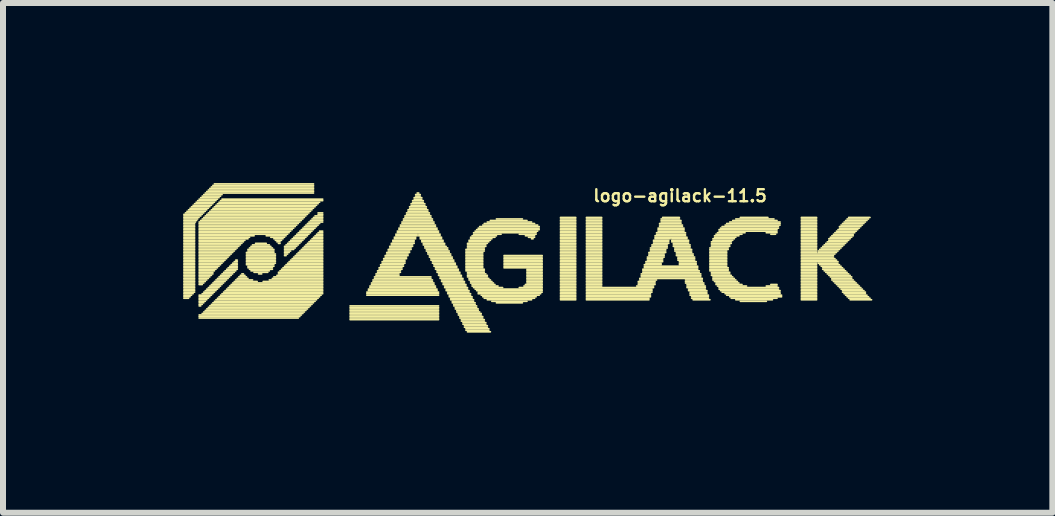
<source format=kicad_pcb>
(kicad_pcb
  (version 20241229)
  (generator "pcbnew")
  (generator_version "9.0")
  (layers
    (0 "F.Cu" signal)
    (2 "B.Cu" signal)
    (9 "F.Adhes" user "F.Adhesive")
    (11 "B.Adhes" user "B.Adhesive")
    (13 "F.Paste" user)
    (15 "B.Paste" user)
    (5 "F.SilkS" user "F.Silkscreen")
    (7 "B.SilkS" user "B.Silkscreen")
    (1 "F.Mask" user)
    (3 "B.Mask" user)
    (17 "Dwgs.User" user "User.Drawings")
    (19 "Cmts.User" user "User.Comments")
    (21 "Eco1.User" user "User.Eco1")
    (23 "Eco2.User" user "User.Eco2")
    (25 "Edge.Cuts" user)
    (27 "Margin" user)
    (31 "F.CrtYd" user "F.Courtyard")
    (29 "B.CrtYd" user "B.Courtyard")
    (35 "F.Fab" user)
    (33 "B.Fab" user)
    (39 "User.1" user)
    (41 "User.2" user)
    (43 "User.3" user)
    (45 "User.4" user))
  (footprint "logo-agilack-11.5"
    (layer "F.Cu")
    (at 6.146 1.289)
    (property "Reference" "logo-agilack-11.5" (at 2.134 -1.077 0) (layer "F.SilkS") (effects (font (size 0.2 0.2) (thickness 0.04))))
    (attr through_hole)
    (fp_line (start -6.132 -0.767) (end -5.827 -0.767) (stroke (width 0.028) (type solid)) (layer "F.SilkS"))
    (fp_line (start -6.132 -0.742) (end -5.85 -0.742) (stroke (width 0.028) (type solid)) (layer "F.SilkS"))
    (fp_line (start -6.132 -0.716) (end -5.88 -0.716) (stroke (width 0.028) (type solid)) (layer "F.SilkS"))
    (fp_line (start -6.132 -0.691) (end -5.903 -0.691) (stroke (width 0.028) (type solid)) (layer "F.SilkS"))
    (fp_line (start -6.132 -0.665) (end -5.92 -0.665) (stroke (width 0.028) (type solid)) (layer "F.SilkS"))
    (fp_line (start -6.132 -0.64) (end -5.94 -0.64) (stroke (width 0.028) (type solid)) (layer "F.SilkS"))
    (fp_line (start -6.132 -0.615) (end -5.954 -0.615) (stroke (width 0.028) (type solid)) (layer "F.SilkS"))
    (fp_line (start -6.132 -0.589) (end -5.954 -0.589) (stroke (width 0.028) (type solid)) (layer "F.SilkS"))
    (fp_line (start -6.132 -0.564) (end -5.954 -0.564) (stroke (width 0.028) (type solid)) (layer "F.SilkS"))
    (fp_line (start -6.132 -0.538) (end -5.954 -0.538) (stroke (width 0.028) (type solid)) (layer "F.SilkS"))
    (fp_line (start -6.132 -0.513) (end -5.954 -0.513) (stroke (width 0.028) (type solid)) (layer "F.SilkS"))
    (fp_line (start -6.132 -0.488) (end -5.954 -0.488) (stroke (width 0.028) (type solid)) (layer "F.SilkS"))
    (fp_line (start -6.132 -0.462) (end -5.954 -0.462) (stroke (width 0.028) (type solid)) (layer "F.SilkS"))
    (fp_line (start -6.132 -0.437) (end -5.954 -0.437) (stroke (width 0.028) (type solid)) (layer "F.SilkS"))
    (fp_line (start -6.132 -0.411) (end -5.954 -0.411) (stroke (width 0.028) (type solid)) (layer "F.SilkS"))
    (fp_line (start -6.132 -0.386) (end -5.954 -0.386) (stroke (width 0.028) (type solid)) (layer "F.SilkS"))
    (fp_line (start -6.132 -0.361) (end -5.954 -0.361) (stroke (width 0.028) (type solid)) (layer "F.SilkS"))
    (fp_line (start -6.132 -0.335) (end -5.954 -0.335) (stroke (width 0.028) (type solid)) (layer "F.SilkS"))
    (fp_line (start -6.132 -0.31) (end -5.954 -0.31) (stroke (width 0.028) (type solid)) (layer "F.SilkS"))
    (fp_line (start -6.132 -0.284) (end -5.954 -0.284) (stroke (width 0.028) (type solid)) (layer "F.SilkS"))
    (fp_line (start -6.132 -0.259) (end -5.954 -0.259) (stroke (width 0.028) (type solid)) (layer "F.SilkS"))
    (fp_line (start -6.132 -0.234) (end -5.954 -0.234) (stroke (width 0.028) (type solid)) (layer "F.SilkS"))
    (fp_line (start -6.132 -0.208) (end -5.954 -0.208) (stroke (width 0.028) (type solid)) (layer "F.SilkS"))
    (fp_line (start -6.132 -0.183) (end -5.954 -0.183) (stroke (width 0.028) (type solid)) (layer "F.SilkS"))
    (fp_line (start -6.132 -0.157) (end -5.954 -0.157) (stroke (width 0.028) (type solid)) (layer "F.SilkS"))
    (fp_line (start -6.132 -0.132) (end -5.954 -0.132) (stroke (width 0.028) (type solid)) (layer "F.SilkS"))
    (fp_line (start -6.132 -0.107) (end -5.954 -0.107) (stroke (width 0.028) (type solid)) (layer "F.SilkS"))
    (fp_line (start -6.132 -0.081) (end -5.954 -0.081) (stroke (width 0.028) (type solid)) (layer "F.SilkS"))
    (fp_line (start -6.132 -0.056) (end -5.954 -0.056) (stroke (width 0.028) (type solid)) (layer "F.SilkS"))
    (fp_line (start -6.132 -0.03) (end -5.954 -0.03) (stroke (width 0.028) (type solid)) (layer "F.SilkS"))
    (fp_line (start -6.132 -0.005) (end -5.954 -0.005) (stroke (width 0.028) (type solid)) (layer "F.SilkS"))
    (fp_line (start -6.132 0.02) (end -5.954 0.02) (stroke (width 0.028) (type solid)) (layer "F.SilkS"))
    (fp_line (start -6.132 0.046) (end -5.954 0.046) (stroke (width 0.028) (type solid)) (layer "F.SilkS"))
    (fp_line (start -6.132 0.071) (end -5.954 0.071) (stroke (width 0.028) (type solid)) (layer "F.SilkS"))
    (fp_line (start -6.132 0.097) (end -5.954 0.097) (stroke (width 0.028) (type solid)) (layer "F.SilkS"))
    (fp_line (start -6.132 0.122) (end -5.954 0.122) (stroke (width 0.028) (type solid)) (layer "F.SilkS"))
    (fp_line (start -6.132 0.147) (end -5.954 0.147) (stroke (width 0.028) (type solid)) (layer "F.SilkS"))
    (fp_line (start -6.132 0.173) (end -5.954 0.173) (stroke (width 0.028) (type solid)) (layer "F.SilkS"))
    (fp_line (start -6.132 0.198) (end -5.954 0.198) (stroke (width 0.028) (type solid)) (layer "F.SilkS"))
    (fp_line (start -6.132 0.224) (end -5.954 0.224) (stroke (width 0.028) (type solid)) (layer "F.SilkS"))
    (fp_line (start -6.132 0.249) (end -5.954 0.249) (stroke (width 0.028) (type solid)) (layer "F.SilkS"))
    (fp_line (start -6.132 0.274) (end -5.954 0.274) (stroke (width 0.028) (type solid)) (layer "F.SilkS"))
    (fp_line (start -6.132 0.3) (end -5.954 0.3) (stroke (width 0.028) (type solid)) (layer "F.SilkS"))
    (fp_line (start -6.132 0.325) (end -5.954 0.325) (stroke (width 0.028) (type solid)) (layer "F.SilkS"))
    (fp_line (start -6.132 0.351) (end -5.954 0.351) (stroke (width 0.028) (type solid)) (layer "F.SilkS"))
    (fp_line (start -6.132 0.376) (end -5.954 0.376) (stroke (width 0.028) (type solid)) (layer "F.SilkS"))
    (fp_line (start -6.132 0.401) (end -5.954 0.401) (stroke (width 0.028) (type solid)) (layer "F.SilkS"))
    (fp_line (start -6.132 0.427) (end -5.954 0.427) (stroke (width 0.028) (type solid)) (layer "F.SilkS"))
    (fp_line (start -6.132 0.452) (end -5.954 0.452) (stroke (width 0.028) (type solid)) (layer "F.SilkS"))
    (fp_line (start -6.132 0.478) (end -5.954 0.478) (stroke (width 0.028) (type solid)) (layer "F.SilkS"))
    (fp_line (start -6.132 0.503) (end -5.954 0.503) (stroke (width 0.028) (type solid)) (layer "F.SilkS"))
    (fp_line (start -6.132 0.528) (end -5.954 0.528) (stroke (width 0.028) (type solid)) (layer "F.SilkS"))
    (fp_line (start -6.132 0.554) (end -5.979 0.554) (stroke (width 0.028) (type solid)) (layer "F.SilkS"))
    (fp_line (start -6.132 0.579) (end -6.005 0.579) (stroke (width 0.028) (type solid)) (layer "F.SilkS"))
    (fp_line (start -6.132 0.605) (end -6.03 0.605) (stroke (width 0.028) (type solid)) (layer "F.SilkS"))
    (fp_line (start -6.132 0.63) (end -6.055 0.63) (stroke (width 0.028) (type solid)) (layer "F.SilkS"))
    (fp_line (start -6.106 -0.792) (end -5.801 -0.792) (stroke (width 0.028) (type solid)) (layer "F.SilkS"))
    (fp_line (start -6.081 -0.818) (end -5.776 -0.818) (stroke (width 0.028) (type solid)) (layer "F.SilkS"))
    (fp_line (start -6.055 -0.843) (end -5.751 -0.843) (stroke (width 0.028) (type solid)) (layer "F.SilkS"))
    (fp_line (start -6.03 -0.869) (end -5.725 -0.869) (stroke (width 0.028) (type solid)) (layer "F.SilkS"))
    (fp_line (start -6.005 -0.894) (end -5.7 -0.894) (stroke (width 0.028) (type solid)) (layer "F.SilkS"))
    (fp_line (start -5.979 -0.919) (end -5.674 -0.919) (stroke (width 0.028) (type solid)) (layer "F.SilkS"))
    (fp_line (start -5.954 -0.945) (end -5.649 -0.945) (stroke (width 0.028) (type solid)) (layer "F.SilkS"))
    (fp_line (start -5.928 -0.97) (end -5.624 -0.97) (stroke (width 0.028) (type solid)) (layer "F.SilkS"))
    (fp_line (start -5.903 -0.996) (end -5.598 -0.996) (stroke (width 0.028) (type solid)) (layer "F.SilkS"))
    (fp_line (start -5.878 -1.021) (end -5.573 -1.021) (stroke (width 0.028) (type solid)) (layer "F.SilkS"))
    (fp_line (start -5.878 -0.64) (end -4.201 -0.64) (stroke (width 0.028) (type solid)) (layer "F.SilkS"))
    (fp_line (start -5.878 -0.615) (end -4.227 -0.615) (stroke (width 0.028) (type solid)) (layer "F.SilkS"))
    (fp_line (start -5.878 -0.589) (end -4.252 -0.589) (stroke (width 0.028) (type solid)) (layer "F.SilkS"))
    (fp_line (start -5.878 -0.564) (end -4.277 -0.564) (stroke (width 0.028) (type solid)) (layer "F.SilkS"))
    (fp_line (start -5.878 -0.538) (end -4.303 -0.538) (stroke (width 0.028) (type solid)) (layer "F.SilkS"))
    (fp_line (start -5.878 -0.513) (end -4.328 -0.513) (stroke (width 0.028) (type solid)) (layer "F.SilkS"))
    (fp_line (start -5.878 -0.488) (end -4.354 -0.488) (stroke (width 0.028) (type solid)) (layer "F.SilkS"))
    (fp_line (start -5.878 -0.462) (end -4.379 -0.462) (stroke (width 0.028) (type solid)) (layer "F.SilkS"))
    (fp_line (start -5.878 -0.437) (end -4.404 -0.437) (stroke (width 0.028) (type solid)) (layer "F.SilkS"))
    (fp_line (start -5.878 -0.411) (end -4.963 -0.411) (stroke (width 0.028) (type solid)) (layer "F.SilkS"))
    (fp_line (start -5.878 -0.386) (end -5.039 -0.386) (stroke (width 0.028) (type solid)) (layer "F.SilkS"))
    (fp_line (start -5.878 -0.361) (end -5.065 -0.361) (stroke (width 0.028) (type solid)) (layer "F.SilkS"))
    (fp_line (start -5.878 -0.335) (end -5.116 -0.335) (stroke (width 0.028) (type solid)) (layer "F.SilkS"))
    (fp_line (start -5.878 -0.31) (end -5.141 -0.31) (stroke (width 0.028) (type solid)) (layer "F.SilkS"))
    (fp_line (start -5.878 -0.284) (end -5.166 -0.284) (stroke (width 0.028) (type solid)) (layer "F.SilkS"))
    (fp_line (start -5.878 -0.259) (end -5.192 -0.259) (stroke (width 0.028) (type solid)) (layer "F.SilkS"))
    (fp_line (start -5.878 -0.234) (end -5.217 -0.234) (stroke (width 0.028) (type solid)) (layer "F.SilkS"))
    (fp_line (start -5.878 -0.208) (end -5.243 -0.208) (stroke (width 0.028) (type solid)) (layer "F.SilkS"))
    (fp_line (start -5.878 -0.183) (end -5.268 -0.183) (stroke (width 0.028) (type solid)) (layer "F.SilkS"))
    (fp_line (start -5.878 -0.157) (end -5.293 -0.157) (stroke (width 0.028) (type solid)) (layer "F.SilkS"))
    (fp_line (start -5.878 -0.132) (end -5.319 -0.132) (stroke (width 0.028) (type solid)) (layer "F.SilkS"))
    (fp_line (start -5.878 -0.107) (end -5.344 -0.107) (stroke (width 0.028) (type solid)) (layer "F.SilkS"))
    (fp_line (start -5.878 -0.081) (end -5.37 -0.081) (stroke (width 0.028) (type solid)) (layer "F.SilkS"))
    (fp_line (start -5.878 -0.056) (end -5.395 -0.056) (stroke (width 0.028) (type solid)) (layer "F.SilkS"))
    (fp_line (start -5.878 -0.03) (end -5.42 -0.03) (stroke (width 0.028) (type solid)) (layer "F.SilkS"))
    (fp_line (start -5.878 -0.005) (end -5.446 -0.005) (stroke (width 0.028) (type solid)) (layer "F.SilkS"))
    (fp_line (start -5.878 0.02) (end -5.471 0.02) (stroke (width 0.028) (type solid)) (layer "F.SilkS"))
    (fp_line (start -5.878 0.046) (end -5.497 0.046) (stroke (width 0.028) (type solid)) (layer "F.SilkS"))
    (fp_line (start -5.878 0.071) (end -5.522 0.071) (stroke (width 0.028) (type solid)) (layer "F.SilkS"))
    (fp_line (start -5.878 0.097) (end -5.547 0.097) (stroke (width 0.028) (type solid)) (layer "F.SilkS"))
    (fp_line (start -5.878 0.122) (end -5.573 0.122) (stroke (width 0.028) (type solid)) (layer "F.SilkS"))
    (fp_line (start -5.878 0.147) (end -5.598 0.147) (stroke (width 0.028) (type solid)) (layer "F.SilkS"))
    (fp_line (start -5.878 0.173) (end -5.624 0.173) (stroke (width 0.028) (type solid)) (layer "F.SilkS"))
    (fp_line (start -5.878 0.198) (end -5.649 0.198) (stroke (width 0.028) (type solid)) (layer "F.SilkS"))
    (fp_line (start -5.878 0.224) (end -5.649 0.224) (stroke (width 0.028) (type solid)) (layer "F.SilkS"))
    (fp_line (start -5.878 0.249) (end -5.674 0.249) (stroke (width 0.028) (type solid)) (layer "F.SilkS"))
    (fp_line (start -5.878 0.274) (end -5.7 0.274) (stroke (width 0.028) (type solid)) (layer "F.SilkS"))
    (fp_line (start -5.878 0.3) (end -5.725 0.3) (stroke (width 0.028) (type solid)) (layer "F.SilkS"))
    (fp_line (start -5.878 0.325) (end -5.751 0.325) (stroke (width 0.028) (type solid)) (layer "F.SilkS"))
    (fp_line (start -5.878 0.351) (end -5.776 0.351) (stroke (width 0.028) (type solid)) (layer "F.SilkS"))
    (fp_line (start -5.878 0.376) (end -5.801 0.376) (stroke (width 0.028) (type solid)) (layer "F.SilkS"))
    (fp_line (start -5.878 0.401) (end -5.827 0.401) (stroke (width 0.028) (type solid)) (layer "F.SilkS"))
    (fp_line (start -5.878 0.579) (end -5.674 0.579) (stroke (width 0.028) (type solid)) (layer "F.SilkS"))
    (fp_line (start -5.878 0.605) (end -5.7 0.605) (stroke (width 0.028) (type solid)) (layer "F.SilkS"))
    (fp_line (start -5.878 0.63) (end -5.725 0.63) (stroke (width 0.028) (type solid)) (layer "F.SilkS"))
    (fp_line (start -5.878 0.655) (end -5.751 0.655) (stroke (width 0.028) (type solid)) (layer "F.SilkS"))
    (fp_line (start -5.878 0.681) (end -5.776 0.681) (stroke (width 0.028) (type solid)) (layer "F.SilkS"))
    (fp_line (start -5.878 0.706) (end -5.801 0.706) (stroke (width 0.028) (type solid)) (layer "F.SilkS"))
    (fp_line (start -5.878 0.732) (end -5.827 0.732) (stroke (width 0.028) (type solid)) (layer "F.SilkS"))
    (fp_line (start -5.878 0.757) (end -5.852 0.757) (stroke (width 0.028) (type solid)) (layer "F.SilkS"))
    (fp_line (start -5.878 0.909) (end -4.176 0.909) (stroke (width 0.028) (type solid)) (layer "F.SilkS"))
    (fp_line (start -5.878 0.935) (end -4.201 0.935) (stroke (width 0.028) (type solid)) (layer "F.SilkS"))
    (fp_line (start -5.878 0.96) (end -4.227 0.96) (stroke (width 0.028) (type solid)) (layer "F.SilkS"))
    (fp_line (start -5.852 -1.046) (end -5.547 -1.046) (stroke (width 0.028) (type solid)) (layer "F.SilkS"))
    (fp_line (start -5.852 -0.665) (end -4.176 -0.665) (stroke (width 0.028) (type solid)) (layer "F.SilkS"))
    (fp_line (start -5.827 -1.072) (end -5.522 -1.072) (stroke (width 0.028) (type solid)) (layer "F.SilkS"))
    (fp_line (start -5.827 -0.691) (end -4.15 -0.691) (stroke (width 0.028) (type solid)) (layer "F.SilkS"))
    (fp_line (start -5.827 0.554) (end -5.649 0.554) (stroke (width 0.028) (type solid)) (layer "F.SilkS"))
    (fp_line (start -5.827 0.884) (end -4.15 0.884) (stroke (width 0.028) (type solid)) (layer "F.SilkS"))
    (fp_line (start -5.801 -1.097) (end -5.497 -1.097) (stroke (width 0.028) (type solid)) (layer "F.SilkS"))
    (fp_line (start -5.801 -0.716) (end -4.125 -0.716) (stroke (width 0.028) (type solid)) (layer "F.SilkS"))
    (fp_line (start -5.801 0.528) (end -5.624 0.528) (stroke (width 0.028) (type solid)) (layer "F.SilkS"))
    (fp_line (start -5.801 0.859) (end -4.125 0.859) (stroke (width 0.028) (type solid)) (layer "F.SilkS"))
    (fp_line (start -5.776 -1.123) (end -3.973 -1.123) (stroke (width 0.028) (type solid)) (layer "F.SilkS"))
    (fp_line (start -5.776 -0.742) (end -4.1 -0.742) (stroke (width 0.028) (type solid)) (layer "F.SilkS"))
    (fp_line (start -5.776 0.503) (end -5.598 0.503) (stroke (width 0.028) (type solid)) (layer "F.SilkS"))
    (fp_line (start -5.776 0.833) (end -4.1 0.833) (stroke (width 0.028) (type solid)) (layer "F.SilkS"))
    (fp_line (start -5.751 -1.148) (end -3.973 -1.148) (stroke (width 0.028) (type solid)) (layer "F.SilkS"))
    (fp_line (start -5.751 -0.767) (end -4.074 -0.767) (stroke (width 0.028) (type solid)) (layer "F.SilkS"))
    (fp_line (start -5.751 0.478) (end -5.573 0.478) (stroke (width 0.028) (type solid)) (layer "F.SilkS"))
    (fp_line (start -5.751 0.808) (end -4.074 0.808) (stroke (width 0.028) (type solid)) (layer "F.SilkS"))
    (fp_line (start -5.725 -1.173) (end -3.973 -1.173) (stroke (width 0.028) (type solid)) (layer "F.SilkS"))
    (fp_line (start -5.725 -0.792) (end -4.049 -0.792) (stroke (width 0.028) (type solid)) (layer "F.SilkS"))
    (fp_line (start -5.725 0.452) (end -5.547 0.452) (stroke (width 0.028) (type solid)) (layer "F.SilkS"))
    (fp_line (start -5.725 0.782) (end -4.049 0.782) (stroke (width 0.028) (type solid)) (layer "F.SilkS"))
    (fp_line (start -5.7 -1.199) (end -3.973 -1.199) (stroke (width 0.028) (type solid)) (layer "F.SilkS"))
    (fp_line (start -5.7 -0.818) (end -4.023 -0.818) (stroke (width 0.028) (type solid)) (layer "F.SilkS"))
    (fp_line (start -5.7 0.427) (end -5.522 0.427) (stroke (width 0.028) (type solid)) (layer "F.SilkS"))
    (fp_line (start -5.7 0.757) (end -4.023 0.757) (stroke (width 0.028) (type solid)) (layer "F.SilkS"))
    (fp_line (start -5.674 -1.224) (end -3.973 -1.224) (stroke (width 0.028) (type solid)) (layer "F.SilkS"))
    (fp_line (start -5.674 -0.843) (end -3.998 -0.843) (stroke (width 0.028) (type solid)) (layer "F.SilkS"))
    (fp_line (start -5.674 0.401) (end -5.497 0.401) (stroke (width 0.028) (type solid)) (layer "F.SilkS"))
    (fp_line (start -5.674 0.732) (end -3.998 0.732) (stroke (width 0.028) (type solid)) (layer "F.SilkS"))
    (fp_line (start -5.649 -1.25) (end -3.973 -1.25) (stroke (width 0.028) (type solid)) (layer "F.SilkS"))
    (fp_line (start -5.649 -0.869) (end -3.973 -0.869) (stroke (width 0.028) (type solid)) (layer "F.SilkS"))
    (fp_line (start -5.649 0.376) (end -5.471 0.376) (stroke (width 0.028) (type solid)) (layer "F.SilkS"))
    (fp_line (start -5.649 0.706) (end -3.973 0.706) (stroke (width 0.028) (type solid)) (layer "F.SilkS"))
    (fp_line (start -5.624 -1.275) (end -3.973 -1.275) (stroke (width 0.028) (type solid)) (layer "F.SilkS"))
    (fp_line (start -5.624 -0.894) (end -3.947 -0.894) (stroke (width 0.028) (type solid)) (layer "F.SilkS"))
    (fp_line (start -5.624 0.351) (end -5.446 0.351) (stroke (width 0.028) (type solid)) (layer "F.SilkS"))
    (fp_line (start -5.624 0.681) (end -3.947 0.681) (stroke (width 0.028) (type solid)) (layer "F.SilkS"))
    (fp_line (start -5.598 -0.919) (end -3.922 -0.919) (stroke (width 0.028) (type solid)) (layer "F.SilkS"))
    (fp_line (start -5.598 0.325) (end -5.42 0.325) (stroke (width 0.028) (type solid)) (layer "F.SilkS"))
    (fp_line (start -5.598 0.655) (end -3.922 0.655) (stroke (width 0.028) (type solid)) (layer "F.SilkS"))
    (fp_line (start -5.573 -0.945) (end -3.896 -0.945) (stroke (width 0.028) (type solid)) (layer "F.SilkS"))
    (fp_line (start -5.573 0.3) (end -5.395 0.3) (stroke (width 0.028) (type solid)) (layer "F.SilkS"))
    (fp_line (start -5.573 0.63) (end -3.896 0.63) (stroke (width 0.028) (type solid)) (layer "F.SilkS"))
    (fp_line (start -5.547 -0.97) (end -3.871 -0.97) (stroke (width 0.028) (type solid)) (layer "F.SilkS"))
    (fp_line (start -5.547 0.274) (end -5.37 0.274) (stroke (width 0.028) (type solid)) (layer "F.SilkS"))
    (fp_line (start -5.547 0.605) (end -3.871 0.605) (stroke (width 0.028) (type solid)) (layer "F.SilkS"))
    (fp_line (start -5.522 -0.996) (end -3.82 -0.996) (stroke (width 0.028) (type solid)) (layer "F.SilkS"))
    (fp_line (start -5.522 0.249) (end -5.344 0.249) (stroke (width 0.028) (type solid)) (layer "F.SilkS"))
    (fp_line (start -5.522 0.579) (end -3.846 0.579) (stroke (width 0.028) (type solid)) (layer "F.SilkS"))
    (fp_line (start -5.497 -1.021) (end -3.82 -1.021) (stroke (width 0.028) (type solid)) (layer "F.SilkS"))
    (fp_line (start -5.497 0.224) (end -5.319 0.224) (stroke (width 0.028) (type solid)) (layer "F.SilkS"))
    (fp_line (start -5.497 0.554) (end -3.82 0.554) (stroke (width 0.028) (type solid)) (layer "F.SilkS"))
    (fp_line (start -5.471 0.198) (end -5.293 0.198) (stroke (width 0.028) (type solid)) (layer "F.SilkS"))
    (fp_line (start -5.471 0.528) (end -3.82 0.528) (stroke (width 0.028) (type solid)) (layer "F.SilkS"))
    (fp_line (start -5.446 0.173) (end -5.268 0.173) (stroke (width 0.028) (type solid)) (layer "F.SilkS"))
    (fp_line (start -5.446 0.503) (end -3.82 0.503) (stroke (width 0.028) (type solid)) (layer "F.SilkS"))
    (fp_line (start -5.42 0.147) (end -5.243 0.147) (stroke (width 0.028) (type solid)) (layer "F.SilkS"))
    (fp_line (start -5.42 0.478) (end -3.82 0.478) (stroke (width 0.028) (type solid)) (layer "F.SilkS"))
    (fp_line (start -5.395 0.122) (end -5.243 0.122) (stroke (width 0.028) (type solid)) (layer "F.SilkS"))
    (fp_line (start -5.395 0.452) (end -3.82 0.452) (stroke (width 0.028) (type solid)) (layer "F.SilkS"))
    (fp_line (start -5.37 0.097) (end -5.243 0.097) (stroke (width 0.028) (type solid)) (layer "F.SilkS"))
    (fp_line (start -5.37 0.427) (end -3.82 0.427) (stroke (width 0.028) (type solid)) (layer "F.SilkS"))
    (fp_line (start -5.344 0.071) (end -5.243 0.071) (stroke (width 0.028) (type solid)) (layer "F.SilkS"))
    (fp_line (start -5.344 0.401) (end -3.82 0.401) (stroke (width 0.028) (type solid)) (layer "F.SilkS"))
    (fp_line (start -5.319 0.046) (end -5.243 0.046) (stroke (width 0.028) (type solid)) (layer "F.SilkS"))
    (fp_line (start -5.319 0.376) (end -3.82 0.376) (stroke (width 0.028) (type solid)) (layer "F.SilkS"))
    (fp_line (start -5.293 0.02) (end -5.243 0.02) (stroke (width 0.028) (type solid)) (layer "F.SilkS"))
    (fp_line (start -5.293 0.351) (end -4.912 0.351) (stroke (width 0.028) (type solid)) (layer "F.SilkS"))
    (fp_line (start -5.268 -0.005) (end -5.243 -0.005) (stroke (width 0.028) (type solid)) (layer "F.SilkS"))
    (fp_line (start -5.268 0.325) (end -4.989 0.325) (stroke (width 0.028) (type solid)) (layer "F.SilkS"))
    (fp_line (start -5.243 0.3) (end -5.065 0.3) (stroke (width 0.028) (type solid)) (layer "F.SilkS"))
    (fp_line (start -5.217 0.274) (end -5.09 0.274) (stroke (width 0.028) (type solid)) (layer "F.SilkS"))
    (fp_line (start -5.192 0.249) (end -5.116 0.249) (stroke (width 0.028) (type solid)) (layer "F.SilkS"))
    (fp_line (start -5.166 0.224) (end -5.141 0.224) (stroke (width 0.028) (type solid)) (layer "F.SilkS"))
    (fp_line (start -5.09 -0.132) (end -4.633 -0.132) (stroke (width 0.028) (type solid)) (layer "F.SilkS"))
    (fp_line (start -5.09 -0.107) (end -4.608 -0.107) (stroke (width 0.028) (type solid)) (layer "F.SilkS"))
    (fp_line (start -5.09 -0.081) (end -4.608 -0.081) (stroke (width 0.028) (type solid)) (layer "F.SilkS"))
    (fp_line (start -5.09 -0.056) (end -4.608 -0.056) (stroke (width 0.028) (type solid)) (layer "F.SilkS"))
    (fp_line (start -5.09 -0.03) (end -4.608 -0.03) (stroke (width 0.028) (type solid)) (layer "F.SilkS"))
    (fp_line (start -5.09 -0.005) (end -4.608 -0.005) (stroke (width 0.028) (type solid)) (layer "F.SilkS"))
    (fp_line (start -5.09 0.02) (end -4.608 0.02) (stroke (width 0.028) (type solid)) (layer "F.SilkS"))
    (fp_line (start -5.09 0.046) (end -4.608 0.046) (stroke (width 0.028) (type solid)) (layer "F.SilkS"))
    (fp_line (start -5.09 0.071) (end -4.633 0.071) (stroke (width 0.028) (type solid)) (layer "F.SilkS"))
    (fp_line (start -5.065 -0.183) (end -4.633 -0.183) (stroke (width 0.028) (type solid)) (layer "F.SilkS"))
    (fp_line (start -5.065 -0.157) (end -4.633 -0.157) (stroke (width 0.028) (type solid)) (layer "F.SilkS"))
    (fp_line (start -5.065 0.097) (end -4.633 0.097) (stroke (width 0.028) (type solid)) (layer "F.SilkS"))
    (fp_line (start -5.065 0.122) (end -4.658 0.122) (stroke (width 0.028) (type solid)) (layer "F.SilkS"))
    (fp_line (start -5.039 -0.208) (end -4.658 -0.208) (stroke (width 0.028) (type solid)) (layer "F.SilkS"))
    (fp_line (start -5.039 0.147) (end -4.658 0.147) (stroke (width 0.028) (type solid)) (layer "F.SilkS"))
    (fp_line (start -5.014 -0.234) (end -4.684 -0.234) (stroke (width 0.028) (type solid)) (layer "F.SilkS"))
    (fp_line (start -5.014 0.173) (end -4.709 0.173) (stroke (width 0.028) (type solid)) (layer "F.SilkS"))
    (fp_line (start -4.989 -0.259) (end -4.709 -0.259) (stroke (width 0.028) (type solid)) (layer "F.SilkS"))
    (fp_line (start -4.963 0.198) (end -4.735 0.198) (stroke (width 0.028) (type solid)) (layer "F.SilkS"))
    (fp_line (start -4.938 -0.284) (end -4.76 -0.284) (stroke (width 0.028) (type solid)) (layer "F.SilkS"))
    (fp_line (start -4.887 0.224) (end -4.836 0.224) (stroke (width 0.028) (type solid)) (layer "F.SilkS"))
    (fp_line (start -4.811 0.351) (end -3.82 0.351) (stroke (width 0.028) (type solid)) (layer "F.SilkS"))
    (fp_line (start -4.76 -0.411) (end -4.43 -0.411) (stroke (width 0.028) (type solid)) (layer "F.SilkS"))
    (fp_line (start -4.709 0.325) (end -3.82 0.325) (stroke (width 0.028) (type solid)) (layer "F.SilkS"))
    (fp_line (start -4.684 -0.386) (end -4.455 -0.386) (stroke (width 0.028) (type solid)) (layer "F.SilkS"))
    (fp_line (start -4.658 0.3) (end -3.82 0.3) (stroke (width 0.028) (type solid)) (layer "F.SilkS"))
    (fp_line (start -4.633 -0.361) (end -4.481 -0.361) (stroke (width 0.028) (type solid)) (layer "F.SilkS"))
    (fp_line (start -4.633 0.274) (end -3.82 0.274) (stroke (width 0.028) (type solid)) (layer "F.SilkS"))
    (fp_line (start -4.608 -0.335) (end -4.506 -0.335) (stroke (width 0.028) (type solid)) (layer "F.SilkS"))
    (fp_line (start -4.582 -0.31) (end -4.531 -0.31) (stroke (width 0.028) (type solid)) (layer "F.SilkS"))
    (fp_line (start -4.582 0.249) (end -3.82 0.249) (stroke (width 0.028) (type solid)) (layer "F.SilkS"))
    (fp_line (start -4.557 -0.284) (end -4.531 -0.284) (stroke (width 0.028) (type solid)) (layer "F.SilkS"))
    (fp_line (start -4.557 0.198) (end -3.82 0.198) (stroke (width 0.028) (type solid)) (layer "F.SilkS"))
    (fp_line (start -4.557 0.224) (end -3.82 0.224) (stroke (width 0.028) (type solid)) (layer "F.SilkS"))
    (fp_line (start -4.531 0.173) (end -3.82 0.173) (stroke (width 0.028) (type solid)) (layer "F.SilkS"))
    (fp_line (start -4.506 0.147) (end -3.82 0.147) (stroke (width 0.028) (type solid)) (layer "F.SilkS"))
    (fp_line (start -4.481 0.122) (end -3.82 0.122) (stroke (width 0.028) (type solid)) (layer "F.SilkS"))
    (fp_line (start -4.455 -0.234) (end -4.252 -0.234) (stroke (width 0.028) (type solid)) (layer "F.SilkS"))
    (fp_line (start -4.455 -0.208) (end -4.277 -0.208) (stroke (width 0.028) (type solid)) (layer "F.SilkS"))
    (fp_line (start -4.455 -0.183) (end -4.303 -0.183) (stroke (width 0.028) (type solid)) (layer "F.SilkS"))
    (fp_line (start -4.455 -0.157) (end -4.354 -0.157) (stroke (width 0.028) (type solid)) (layer "F.SilkS"))
    (fp_line (start -4.455 -0.132) (end -4.379 -0.132) (stroke (width 0.028) (type solid)) (layer "F.SilkS"))
    (fp_line (start -4.455 -0.107) (end -4.404 -0.107) (stroke (width 0.028) (type solid)) (layer "F.SilkS"))
    (fp_line (start -4.455 -0.081) (end -4.43 -0.081) (stroke (width 0.028) (type solid)) (layer "F.SilkS"))
    (fp_line (start -4.455 0.097) (end -3.82 0.097) (stroke (width 0.028) (type solid)) (layer "F.SilkS"))
    (fp_line (start -4.43 -0.259) (end -4.227 -0.259) (stroke (width 0.028) (type solid)) (layer "F.SilkS"))
    (fp_line (start -4.43 0.071) (end -3.82 0.071) (stroke (width 0.028) (type solid)) (layer "F.SilkS"))
    (fp_line (start -4.404 -0.284) (end -4.201 -0.284) (stroke (width 0.028) (type solid)) (layer "F.SilkS"))
    (fp_line (start -4.404 0.046) (end -3.82 0.046) (stroke (width 0.028) (type solid)) (layer "F.SilkS"))
    (fp_line (start -4.379 -0.31) (end -4.176 -0.31) (stroke (width 0.028) (type solid)) (layer "F.SilkS"))
    (fp_line (start -4.379 0.02) (end -3.82 0.02) (stroke (width 0.028) (type solid)) (layer "F.SilkS"))
    (fp_line (start -4.354 -0.335) (end -4.15 -0.335) (stroke (width 0.028) (type solid)) (layer "F.SilkS"))
    (fp_line (start -4.354 -0.005) (end -3.82 -0.005) (stroke (width 0.028) (type solid)) (layer "F.SilkS"))
    (fp_line (start -4.328 -0.361) (end -4.125 -0.361) (stroke (width 0.028) (type solid)) (layer "F.SilkS"))
    (fp_line (start -4.328 -0.03) (end -3.82 -0.03) (stroke (width 0.028) (type solid)) (layer "F.SilkS"))
    (fp_line (start -4.303 -0.386) (end -4.1 -0.386) (stroke (width 0.028) (type solid)) (layer "F.SilkS"))
    (fp_line (start -4.303 -0.056) (end -3.82 -0.056) (stroke (width 0.028) (type solid)) (layer "F.SilkS"))
    (fp_line (start -4.277 -0.411) (end -4.074 -0.411) (stroke (width 0.028) (type solid)) (layer "F.SilkS"))
    (fp_line (start -4.277 -0.081) (end -3.82 -0.081) (stroke (width 0.028) (type solid)) (layer "F.SilkS"))
    (fp_line (start -4.252 -0.437) (end -4.049 -0.437) (stroke (width 0.028) (type solid)) (layer "F.SilkS"))
    (fp_line (start -4.252 -0.107) (end -3.82 -0.107) (stroke (width 0.028) (type solid)) (layer "F.SilkS"))
    (fp_line (start -4.227 -0.462) (end -4.023 -0.462) (stroke (width 0.028) (type solid)) (layer "F.SilkS"))
    (fp_line (start -4.227 -0.132) (end -3.82 -0.132) (stroke (width 0.028) (type solid)) (layer "F.SilkS"))
    (fp_line (start -4.201 -0.488) (end -3.998 -0.488) (stroke (width 0.028) (type solid)) (layer "F.SilkS"))
    (fp_line (start -4.201 -0.157) (end -3.82 -0.157) (stroke (width 0.028) (type solid)) (layer "F.SilkS"))
    (fp_line (start -4.176 -0.513) (end -3.973 -0.513) (stroke (width 0.028) (type solid)) (layer "F.SilkS"))
    (fp_line (start -4.176 -0.183) (end -3.82 -0.183) (stroke (width 0.028) (type solid)) (layer "F.SilkS"))
    (fp_line (start -4.15 -0.538) (end -3.947 -0.538) (stroke (width 0.028) (type solid)) (layer "F.SilkS"))
    (fp_line (start -4.15 -0.208) (end -3.82 -0.208) (stroke (width 0.028) (type solid)) (layer "F.SilkS"))
    (fp_line (start -4.125 -0.564) (end -3.922 -0.564) (stroke (width 0.028) (type solid)) (layer "F.SilkS"))
    (fp_line (start -4.125 -0.234) (end -3.82 -0.234) (stroke (width 0.028) (type solid)) (layer "F.SilkS"))
    (fp_line (start -4.1 -0.589) (end -3.896 -0.589) (stroke (width 0.028) (type solid)) (layer "F.SilkS"))
    (fp_line (start -4.1 -0.259) (end -3.82 -0.259) (stroke (width 0.028) (type solid)) (layer "F.SilkS"))
    (fp_line (start -4.074 -0.615) (end -3.871 -0.615) (stroke (width 0.028) (type solid)) (layer "F.SilkS"))
    (fp_line (start -4.074 -0.284) (end -3.82 -0.284) (stroke (width 0.028) (type solid)) (layer "F.SilkS"))
    (fp_line (start -4.049 -0.64) (end -3.82 -0.64) (stroke (width 0.028) (type solid)) (layer "F.SilkS"))
    (fp_line (start -4.049 -0.31) (end -3.82 -0.31) (stroke (width 0.028) (type solid)) (layer "F.SilkS"))
    (fp_line (start -4.023 -0.665) (end -3.82 -0.665) (stroke (width 0.028) (type solid)) (layer "F.SilkS"))
    (fp_line (start -4.023 -0.335) (end -3.82 -0.335) (stroke (width 0.028) (type solid)) (layer "F.SilkS"))
    (fp_line (start -3.998 -0.691) (end -3.82 -0.691) (stroke (width 0.028) (type solid)) (layer "F.SilkS"))
    (fp_line (start -3.998 -0.361) (end -3.82 -0.361) (stroke (width 0.028) (type solid)) (layer "F.SilkS"))
    (fp_line (start -3.973 -0.716) (end -3.82 -0.716) (stroke (width 0.028) (type solid)) (layer "F.SilkS"))
    (fp_line (start -3.973 -0.386) (end -3.82 -0.386) (stroke (width 0.028) (type solid)) (layer "F.SilkS"))
    (fp_line (start -3.947 -0.742) (end -3.82 -0.742) (stroke (width 0.028) (type solid)) (layer "F.SilkS"))
    (fp_line (start -3.947 -0.411) (end -3.82 -0.411) (stroke (width 0.028) (type solid)) (layer "F.SilkS"))
    (fp_line (start -3.922 -0.437) (end -3.82 -0.437) (stroke (width 0.028) (type solid)) (layer "F.SilkS"))
    (fp_line (start -3.896 -0.792) (end -3.82 -0.792) (stroke (width 0.028) (type solid)) (layer "F.SilkS"))
    (fp_line (start -3.896 -0.767) (end -3.82 -0.767) (stroke (width 0.028) (type solid)) (layer "F.SilkS"))
    (fp_line (start -3.896 -0.462) (end -3.82 -0.462) (stroke (width 0.028) (type solid)) (layer "F.SilkS"))
    (fp_line (start -3.871 -0.488) (end -3.82 -0.488) (stroke (width 0.028) (type solid)) (layer "F.SilkS"))
    (fp_line (start -3.363 0.757) (end -1.89 0.757) (stroke (width 0.028) (type solid)) (layer "F.SilkS"))
    (fp_line (start -3.363 0.782) (end -1.89 0.782) (stroke (width 0.028) (type solid)) (layer "F.SilkS"))
    (fp_line (start -3.363 0.808) (end -1.89 0.808) (stroke (width 0.028) (type solid)) (layer "F.SilkS"))
    (fp_line (start -3.363 0.833) (end -1.89 0.833) (stroke (width 0.028) (type solid)) (layer "F.SilkS"))
    (fp_line (start -3.363 0.859) (end -1.89 0.859) (stroke (width 0.028) (type solid)) (layer "F.SilkS"))
    (fp_line (start -3.363 0.884) (end -1.89 0.884) (stroke (width 0.028) (type solid)) (layer "F.SilkS"))
    (fp_line (start -3.363 0.909) (end -1.89 0.909) (stroke (width 0.028) (type solid)) (layer "F.SilkS"))
    (fp_line (start -3.363 0.935) (end -1.89 0.935) (stroke (width 0.028) (type solid)) (layer "F.SilkS"))
    (fp_line (start -3.363 0.96) (end -1.89 0.96) (stroke (width 0.028) (type solid)) (layer "F.SilkS"))
    (fp_line (start -3.363 0.986) (end -1.89 0.986) (stroke (width 0.028) (type solid)) (layer "F.SilkS"))
    (fp_line (start -3.084 0.528) (end -1.89 0.528) (stroke (width 0.028) (type solid)) (layer "F.SilkS"))
    (fp_line (start -3.084 0.554) (end -1.89 0.554) (stroke (width 0.028) (type solid)) (layer "F.SilkS"))
    (fp_line (start -3.084 0.579) (end -1.89 0.579) (stroke (width 0.028) (type solid)) (layer "F.SilkS"))
    (fp_line (start -3.058 0.478) (end -1.915 0.478) (stroke (width 0.028) (type solid)) (layer "F.SilkS"))
    (fp_line (start -3.058 0.503) (end -1.915 0.503) (stroke (width 0.028) (type solid)) (layer "F.SilkS"))
    (fp_line (start -3.033 0.427) (end -1.941 0.427) (stroke (width 0.028) (type solid)) (layer "F.SilkS"))
    (fp_line (start -3.033 0.452) (end -1.941 0.452) (stroke (width 0.028) (type solid)) (layer "F.SilkS"))
    (fp_line (start -3.007 0.376) (end -1.966 0.376) (stroke (width 0.028) (type solid)) (layer "F.SilkS"))
    (fp_line (start -3.007 0.401) (end -1.966 0.401) (stroke (width 0.028) (type solid)) (layer "F.SilkS"))
    (fp_line (start -2.982 0.325) (end -1.991 0.325) (stroke (width 0.028) (type solid)) (layer "F.SilkS"))
    (fp_line (start -2.982 0.351) (end -1.991 0.351) (stroke (width 0.028) (type solid)) (layer "F.SilkS"))
    (fp_line (start -2.957 0.274) (end -2.017 0.274) (stroke (width 0.028) (type solid)) (layer "F.SilkS"))
    (fp_line (start -2.957 0.3) (end -2.017 0.3) (stroke (width 0.028) (type solid)) (layer "F.SilkS"))
    (fp_line (start -2.931 0.224) (end -2.55 0.224) (stroke (width 0.028) (type solid)) (layer "F.SilkS"))
    (fp_line (start -2.931 0.249) (end -2.55 0.249) (stroke (width 0.028) (type solid)) (layer "F.SilkS"))
    (fp_line (start -2.906 0.173) (end -2.525 0.173) (stroke (width 0.028) (type solid)) (layer "F.SilkS"))
    (fp_line (start -2.906 0.198) (end -2.525 0.198) (stroke (width 0.028) (type solid)) (layer "F.SilkS"))
    (fp_line (start -2.88 0.122) (end -2.499 0.122) (stroke (width 0.028) (type solid)) (layer "F.SilkS"))
    (fp_line (start -2.88 0.147) (end -2.499 0.147) (stroke (width 0.028) (type solid)) (layer "F.SilkS"))
    (fp_line (start -2.855 0.071) (end -2.474 0.071) (stroke (width 0.028) (type solid)) (layer "F.SilkS"))
    (fp_line (start -2.855 0.097) (end -2.474 0.097) (stroke (width 0.028) (type solid)) (layer "F.SilkS"))
    (fp_line (start -2.83 0.02) (end -2.449 0.02) (stroke (width 0.028) (type solid)) (layer "F.SilkS"))
    (fp_line (start -2.83 0.046) (end -2.449 0.046) (stroke (width 0.028) (type solid)) (layer "F.SilkS"))
    (fp_line (start -2.804 -0.03) (end -2.423 -0.03) (stroke (width 0.028) (type solid)) (layer "F.SilkS"))
    (fp_line (start -2.804 -0.005) (end -2.449 -0.005) (stroke (width 0.028) (type solid)) (layer "F.SilkS"))
    (fp_line (start -2.779 -0.081) (end -2.398 -0.081) (stroke (width 0.028) (type solid)) (layer "F.SilkS"))
    (fp_line (start -2.779 -0.056) (end -2.423 -0.056) (stroke (width 0.028) (type solid)) (layer "F.SilkS"))
    (fp_line (start -2.753 -0.132) (end -2.372 -0.132) (stroke (width 0.028) (type solid)) (layer "F.SilkS"))
    (fp_line (start -2.753 -0.107) (end -2.398 -0.107) (stroke (width 0.028) (type solid)) (layer "F.SilkS"))
    (fp_line (start -2.728 -0.183) (end -2.347 -0.183) (stroke (width 0.028) (type solid)) (layer "F.SilkS"))
    (fp_line (start -2.728 -0.157) (end -2.372 -0.157) (stroke (width 0.028) (type solid)) (layer "F.SilkS"))
    (fp_line (start -2.703 -0.234) (end -2.322 -0.234) (stroke (width 0.028) (type solid)) (layer "F.SilkS"))
    (fp_line (start -2.703 -0.208) (end -2.347 -0.208) (stroke (width 0.028) (type solid)) (layer "F.SilkS"))
    (fp_line (start -2.677 -0.284) (end -2.296 -0.284) (stroke (width 0.028) (type solid)) (layer "F.SilkS"))
    (fp_line (start -2.677 -0.259) (end -2.322 -0.259) (stroke (width 0.028) (type solid)) (layer "F.SilkS"))
    (fp_line (start -2.652 -0.335) (end -2.296 -0.335) (stroke (width 0.028) (type solid)) (layer "F.SilkS"))
    (fp_line (start -2.652 -0.31) (end -2.296 -0.31) (stroke (width 0.028) (type solid)) (layer "F.SilkS"))
    (fp_line (start -2.626 -0.386) (end -2.271 -0.386) (stroke (width 0.028) (type solid)) (layer "F.SilkS"))
    (fp_line (start -2.626 -0.361) (end -2.271 -0.361) (stroke (width 0.028) (type solid)) (layer "F.SilkS"))
    (fp_line (start -2.601 -0.437) (end -2.245 -0.437) (stroke (width 0.028) (type solid)) (layer "F.SilkS"))
    (fp_line (start -2.601 -0.411) (end -2.245 -0.411) (stroke (width 0.028) (type solid)) (layer "F.SilkS"))
    (fp_line (start -2.576 -0.488) (end -1.89 -0.488) (stroke (width 0.028) (type solid)) (layer "F.SilkS"))
    (fp_line (start -2.576 -0.462) (end -1.89 -0.462) (stroke (width 0.028) (type solid)) (layer "F.SilkS"))
    (fp_line (start -2.55 -0.538) (end -1.915 -0.538) (stroke (width 0.028) (type solid)) (layer "F.SilkS"))
    (fp_line (start -2.55 -0.513) (end -1.915 -0.513) (stroke (width 0.028) (type solid)) (layer "F.SilkS"))
    (fp_line (start -2.525 -0.589) (end -1.941 -0.589) (stroke (width 0.028) (type solid)) (layer "F.SilkS"))
    (fp_line (start -2.525 -0.564) (end -1.941 -0.564) (stroke (width 0.028) (type solid)) (layer "F.SilkS"))
    (fp_line (start -2.499 -0.64) (end -1.966 -0.64) (stroke (width 0.028) (type solid)) (layer "F.SilkS"))
    (fp_line (start -2.499 -0.615) (end -1.966 -0.615) (stroke (width 0.028) (type solid)) (layer "F.SilkS"))
    (fp_line (start -2.474 -0.691) (end -1.991 -0.691) (stroke (width 0.028) (type solid)) (layer "F.SilkS"))
    (fp_line (start -2.474 -0.665) (end -1.991 -0.665) (stroke (width 0.028) (type solid)) (layer "F.SilkS"))
    (fp_line (start -2.449 -0.742) (end -2.017 -0.742) (stroke (width 0.028) (type solid)) (layer "F.SilkS"))
    (fp_line (start -2.449 -0.716) (end -2.017 -0.716) (stroke (width 0.028) (type solid)) (layer "F.SilkS"))
    (fp_line (start -2.423 -0.792) (end -2.042 -0.792) (stroke (width 0.028) (type solid)) (layer "F.SilkS"))
    (fp_line (start -2.423 -0.767) (end -2.042 -0.767) (stroke (width 0.028) (type solid)) (layer "F.SilkS"))
    (fp_line (start -2.398 -0.843) (end -2.068 -0.843) (stroke (width 0.028) (type solid)) (layer "F.SilkS"))
    (fp_line (start -2.398 -0.818) (end -2.068 -0.818) (stroke (width 0.028) (type solid)) (layer "F.SilkS"))
    (fp_line (start -2.372 -0.894) (end -2.093 -0.894) (stroke (width 0.028) (type solid)) (layer "F.SilkS"))
    (fp_line (start -2.372 -0.869) (end -2.093 -0.869) (stroke (width 0.028) (type solid)) (layer "F.SilkS"))
    (fp_line (start -2.347 -0.945) (end -2.118 -0.945) (stroke (width 0.028) (type solid)) (layer "F.SilkS"))
    (fp_line (start -2.347 -0.919) (end -2.118 -0.919) (stroke (width 0.028) (type solid)) (layer "F.SilkS"))
    (fp_line (start -2.322 -0.996) (end -2.144 -0.996) (stroke (width 0.028) (type solid)) (layer "F.SilkS"))
    (fp_line (start -2.322 -0.97) (end -2.144 -0.97) (stroke (width 0.028) (type solid)) (layer "F.SilkS"))
    (fp_line (start -2.296 -1.046) (end -2.169 -1.046) (stroke (width 0.028) (type solid)) (layer "F.SilkS"))
    (fp_line (start -2.296 -1.021) (end -2.169 -1.021) (stroke (width 0.028) (type solid)) (layer "F.SilkS"))
    (fp_line (start -2.271 -1.097) (end -2.195 -1.097) (stroke (width 0.028) (type solid)) (layer "F.SilkS"))
    (fp_line (start -2.271 -1.072) (end -2.195 -1.072) (stroke (width 0.028) (type solid)) (layer "F.SilkS"))
    (fp_line (start -2.245 -1.123) (end -2.22 -1.123) (stroke (width 0.028) (type solid)) (layer "F.SilkS"))
    (fp_line (start -2.22 -0.437) (end -1.864 -0.437) (stroke (width 0.028) (type solid)) (layer "F.SilkS"))
    (fp_line (start -2.22 -0.411) (end -1.864 -0.411) (stroke (width 0.028) (type solid)) (layer "F.SilkS"))
    (fp_line (start -2.195 -0.386) (end -1.839 -0.386) (stroke (width 0.028) (type solid)) (layer "F.SilkS"))
    (fp_line (start -2.195 -0.361) (end -1.839 -0.361) (stroke (width 0.028) (type solid)) (layer "F.SilkS"))
    (fp_line (start -2.169 -0.335) (end -1.814 -0.335) (stroke (width 0.028) (type solid)) (layer "F.SilkS"))
    (fp_line (start -2.169 -0.31) (end -1.814 -0.31) (stroke (width 0.028) (type solid)) (layer "F.SilkS"))
    (fp_line (start -2.144 -0.284) (end -1.788 -0.284) (stroke (width 0.028) (type solid)) (layer "F.SilkS"))
    (fp_line (start -2.144 -0.259) (end -1.788 -0.259) (stroke (width 0.028) (type solid)) (layer "F.SilkS"))
    (fp_line (start -2.118 -0.234) (end -1.763 -0.234) (stroke (width 0.028) (type solid)) (layer "F.SilkS"))
    (fp_line (start -2.118 -0.208) (end -1.737 -0.208) (stroke (width 0.028) (type solid)) (layer "F.SilkS"))
    (fp_line (start -2.093 -0.183) (end -1.737 -0.183) (stroke (width 0.028) (type solid)) (layer "F.SilkS"))
    (fp_line (start -2.093 -0.157) (end -1.712 -0.157) (stroke (width 0.028) (type solid)) (layer "F.SilkS"))
    (fp_line (start -2.068 -0.132) (end -1.712 -0.132) (stroke (width 0.028) (type solid)) (layer "F.SilkS"))
    (fp_line (start -2.068 -0.107) (end -1.687 -0.107) (stroke (width 0.028) (type solid)) (layer "F.SilkS"))
    (fp_line (start -2.042 -0.081) (end -1.687 -0.081) (stroke (width 0.028) (type solid)) (layer "F.SilkS"))
    (fp_line (start -2.042 -0.056) (end -1.661 -0.056) (stroke (width 0.028) (type solid)) (layer "F.SilkS"))
    (fp_line (start -2.017 -0.03) (end -1.661 -0.03) (stroke (width 0.028) (type solid)) (layer "F.SilkS"))
    (fp_line (start -2.017 -0.005) (end -1.636 -0.005) (stroke (width 0.028) (type solid)) (layer "F.SilkS"))
    (fp_line (start -1.991 0.02) (end -1.636 0.02) (stroke (width 0.028) (type solid)) (layer "F.SilkS"))
    (fp_line (start -1.991 0.046) (end -1.61 0.046) (stroke (width 0.028) (type solid)) (layer "F.SilkS"))
    (fp_line (start -1.966 0.071) (end -1.61 0.071) (stroke (width 0.028) (type solid)) (layer "F.SilkS"))
    (fp_line (start -1.966 0.097) (end -1.585 0.097) (stroke (width 0.028) (type solid)) (layer "F.SilkS"))
    (fp_line (start -1.941 0.122) (end -1.585 0.122) (stroke (width 0.028) (type solid)) (layer "F.SilkS"))
    (fp_line (start -1.941 0.147) (end -1.56 0.147) (stroke (width 0.028) (type solid)) (layer "F.SilkS"))
    (fp_line (start -1.915 0.173) (end -1.56 0.173) (stroke (width 0.028) (type solid)) (layer "F.SilkS"))
    (fp_line (start -1.915 0.198) (end -1.534 0.198) (stroke (width 0.028) (type solid)) (layer "F.SilkS"))
    (fp_line (start -1.89 0.224) (end -1.534 0.224) (stroke (width 0.028) (type solid)) (layer "F.SilkS"))
    (fp_line (start -1.89 0.249) (end -1.509 0.249) (stroke (width 0.028) (type solid)) (layer "F.SilkS"))
    (fp_line (start -1.864 0.274) (end -1.509 0.274) (stroke (width 0.028) (type solid)) (layer "F.SilkS"))
    (fp_line (start -1.864 0.3) (end -1.483 0.3) (stroke (width 0.028) (type solid)) (layer "F.SilkS"))
    (fp_line (start -1.839 0.325) (end -1.483 0.325) (stroke (width 0.028) (type solid)) (layer "F.SilkS"))
    (fp_line (start -1.839 0.351) (end -1.458 0.351) (stroke (width 0.028) (type solid)) (layer "F.SilkS"))
    (fp_line (start -1.814 0.376) (end -1.458 0.376) (stroke (width 0.028) (type solid)) (layer "F.SilkS"))
    (fp_line (start -1.814 0.401) (end -1.433 0.401) (stroke (width 0.028) (type solid)) (layer "F.SilkS"))
    (fp_line (start -1.788 0.427) (end -1.433 0.427) (stroke (width 0.028) (type solid)) (layer "F.SilkS"))
    (fp_line (start -1.788 0.452) (end -1.407 0.452) (stroke (width 0.028) (type solid)) (layer "F.SilkS"))
    (fp_line (start -1.763 0.478) (end -1.407 0.478) (stroke (width 0.028) (type solid)) (layer "F.SilkS"))
    (fp_line (start -1.763 0.503) (end -1.382 0.503) (stroke (width 0.028) (type solid)) (layer "F.SilkS"))
    (fp_line (start -1.737 0.528) (end -1.382 0.528) (stroke (width 0.028) (type solid)) (layer "F.SilkS"))
    (fp_line (start -1.737 0.554) (end -1.356 0.554) (stroke (width 0.028) (type solid)) (layer "F.SilkS"))
    (fp_line (start -1.712 0.579) (end -1.356 0.579) (stroke (width 0.028) (type solid)) (layer "F.SilkS"))
    (fp_line (start -1.712 0.605) (end -1.331 0.605) (stroke (width 0.028) (type solid)) (layer "F.SilkS"))
    (fp_line (start -1.687 0.63) (end -1.331 0.63) (stroke (width 0.028) (type solid)) (layer "F.SilkS"))
    (fp_line (start -1.687 0.655) (end -1.306 0.655) (stroke (width 0.028) (type solid)) (layer "F.SilkS"))
    (fp_line (start -1.661 0.681) (end -1.306 0.681) (stroke (width 0.028) (type solid)) (layer "F.SilkS"))
    (fp_line (start -1.661 0.706) (end -1.28 0.706) (stroke (width 0.028) (type solid)) (layer "F.SilkS"))
    (fp_line (start -1.636 0.732) (end -1.28 0.732) (stroke (width 0.028) (type solid)) (layer "F.SilkS"))
    (fp_line (start -1.636 0.757) (end -1.255 0.757) (stroke (width 0.028) (type solid)) (layer "F.SilkS"))
    (fp_line (start -1.61 0.782) (end -1.255 0.782) (stroke (width 0.028) (type solid)) (layer "F.SilkS"))
    (fp_line (start -1.61 0.808) (end -1.229 0.808) (stroke (width 0.028) (type solid)) (layer "F.SilkS"))
    (fp_line (start -1.585 0.833) (end -1.229 0.833) (stroke (width 0.028) (type solid)) (layer "F.SilkS"))
    (fp_line (start -1.585 0.859) (end -1.204 0.859) (stroke (width 0.028) (type solid)) (layer "F.SilkS"))
    (fp_line (start -1.56 0.884) (end -1.179 0.884) (stroke (width 0.028) (type solid)) (layer "F.SilkS"))
    (fp_line (start -1.56 0.909) (end -1.179 0.909) (stroke (width 0.028) (type solid)) (layer "F.SilkS"))
    (fp_line (start -1.534 0.935) (end -1.153 0.935) (stroke (width 0.028) (type solid)) (layer "F.SilkS"))
    (fp_line (start -1.534 0.96) (end -1.153 0.96) (stroke (width 0.028) (type solid)) (layer "F.SilkS"))
    (fp_line (start -1.509 0.986) (end -1.128 0.986) (stroke (width 0.028) (type solid)) (layer "F.SilkS"))
    (fp_line (start -1.509 1.011) (end -1.128 1.011) (stroke (width 0.028) (type solid)) (layer "F.SilkS"))
    (fp_line (start -1.483 1.036) (end -1.102 1.036) (stroke (width 0.028) (type solid)) (layer "F.SilkS"))
    (fp_line (start -1.483 1.062) (end -1.102 1.062) (stroke (width 0.028) (type solid)) (layer "F.SilkS"))
    (fp_line (start -1.458 1.087) (end -1.077 1.087) (stroke (width 0.028) (type solid)) (layer "F.SilkS"))
    (fp_line (start -1.458 1.113) (end -1.077 1.113) (stroke (width 0.028) (type solid)) (layer "F.SilkS"))
    (fp_line (start -1.433 -0.183) (end -1.128 -0.183) (stroke (width 0.028) (type solid)) (layer "F.SilkS"))
    (fp_line (start -1.433 -0.157) (end -1.128 -0.157) (stroke (width 0.028) (type solid)) (layer "F.SilkS"))
    (fp_line (start -1.433 -0.132) (end -1.153 -0.132) (stroke (width 0.028) (type solid)) (layer "F.SilkS"))
    (fp_line (start -1.433 -0.107) (end -1.153 -0.107) (stroke (width 0.028) (type solid)) (layer "F.SilkS"))
    (fp_line (start -1.433 -0.081) (end -1.153 -0.081) (stroke (width 0.028) (type solid)) (layer "F.SilkS"))
    (fp_line (start -1.433 -0.056) (end -1.153 -0.056) (stroke (width 0.028) (type solid)) (layer "F.SilkS"))
    (fp_line (start -1.433 -0.03) (end -1.153 -0.03) (stroke (width 0.028) (type solid)) (layer "F.SilkS"))
    (fp_line (start -1.433 -0.005) (end -1.153 -0.005) (stroke (width 0.028) (type solid)) (layer "F.SilkS"))
    (fp_line (start -1.433 0.02) (end -1.153 0.02) (stroke (width 0.028) (type solid)) (layer "F.SilkS"))
    (fp_line (start -1.433 0.046) (end -1.153 0.046) (stroke (width 0.028) (type solid)) (layer "F.SilkS"))
    (fp_line (start -1.433 0.071) (end -1.153 0.071) (stroke (width 0.028) (type solid)) (layer "F.SilkS"))
    (fp_line (start -1.433 0.097) (end -1.153 0.097) (stroke (width 0.028) (type solid)) (layer "F.SilkS"))
    (fp_line (start -1.433 0.122) (end -1.153 0.122) (stroke (width 0.028) (type solid)) (layer "F.SilkS"))
    (fp_line (start -1.433 0.147) (end -1.128 0.147) (stroke (width 0.028) (type solid)) (layer "F.SilkS"))
    (fp_line (start -1.433 0.173) (end -1.128 0.173) (stroke (width 0.028) (type solid)) (layer "F.SilkS"))
    (fp_line (start -1.433 1.138) (end -1.052 1.138) (stroke (width 0.028) (type solid)) (layer "F.SilkS"))
    (fp_line (start -1.433 1.163) (end -1.052 1.163) (stroke (width 0.028) (type solid)) (layer "F.SilkS"))
    (fp_line (start -1.407 -0.284) (end -1.077 -0.284) (stroke (width 0.028) (type solid)) (layer "F.SilkS"))
    (fp_line (start -1.407 -0.259) (end -1.102 -0.259) (stroke (width 0.028) (type solid)) (layer "F.SilkS"))
    (fp_line (start -1.407 -0.234) (end -1.102 -0.234) (stroke (width 0.028) (type solid)) (layer "F.SilkS"))
    (fp_line (start -1.407 -0.208) (end -1.128 -0.208) (stroke (width 0.028) (type solid)) (layer "F.SilkS"))
    (fp_line (start -1.407 0.198) (end -1.128 0.198) (stroke (width 0.028) (type solid)) (layer "F.SilkS"))
    (fp_line (start -1.407 0.224) (end -1.102 0.224) (stroke (width 0.028) (type solid)) (layer "F.SilkS"))
    (fp_line (start -1.407 0.249) (end -1.077 0.249) (stroke (width 0.028) (type solid)) (layer "F.SilkS"))
    (fp_line (start -1.407 0.274) (end -1.077 0.274) (stroke (width 0.028) (type solid)) (layer "F.SilkS"))
    (fp_line (start -1.407 1.189) (end -1.026 1.189) (stroke (width 0.028) (type solid)) (layer "F.SilkS"))
    (fp_line (start -1.382 -0.335) (end -1.026 -0.335) (stroke (width 0.028) (type solid)) (layer "F.SilkS"))
    (fp_line (start -1.382 -0.31) (end -1.052 -0.31) (stroke (width 0.028) (type solid)) (layer "F.SilkS"))
    (fp_line (start -1.382 0.3) (end -1.052 0.3) (stroke (width 0.028) (type solid)) (layer "F.SilkS"))
    (fp_line (start -1.382 0.325) (end -1.026 0.325) (stroke (width 0.028) (type solid)) (layer "F.SilkS"))
    (fp_line (start -1.356 -0.386) (end -0.95 -0.386) (stroke (width 0.028) (type solid)) (layer "F.SilkS"))
    (fp_line (start -1.356 -0.361) (end -1.001 -0.361) (stroke (width 0.028) (type solid)) (layer "F.SilkS"))
    (fp_line (start -1.356 0.351) (end -1.001 0.351) (stroke (width 0.028) (type solid)) (layer "F.SilkS"))
    (fp_line (start -1.356 0.376) (end -0.975 0.376) (stroke (width 0.028) (type solid)) (layer "F.SilkS"))
    (fp_line (start -1.331 -0.411) (end -0.925 -0.411) (stroke (width 0.028) (type solid)) (layer "F.SilkS"))
    (fp_line (start -1.331 0.401) (end -0.95 0.401) (stroke (width 0.028) (type solid)) (layer "F.SilkS"))
    (fp_line (start -1.331 0.427) (end -0.899 0.427) (stroke (width 0.028) (type solid)) (layer "F.SilkS"))
    (fp_line (start -1.306 -0.462) (end -0.264 -0.462) (stroke (width 0.028) (type solid)) (layer "F.SilkS"))
    (fp_line (start -1.306 -0.437) (end -0.848 -0.437) (stroke (width 0.028) (type solid)) (layer "F.SilkS"))
    (fp_line (start -1.306 0.452) (end -0.823 0.452) (stroke (width 0.028) (type solid)) (layer "F.SilkS"))
    (fp_line (start -1.28 -0.488) (end -0.239 -0.488) (stroke (width 0.028) (type solid)) (layer "F.SilkS"))
    (fp_line (start -1.28 0.478) (end -0.163 0.478) (stroke (width 0.028) (type solid)) (layer "F.SilkS"))
    (fp_line (start -1.255 -0.513) (end -0.213 -0.513) (stroke (width 0.028) (type solid)) (layer "F.SilkS"))
    (fp_line (start -1.255 0.503) (end -0.163 0.503) (stroke (width 0.028) (type solid)) (layer "F.SilkS"))
    (fp_line (start -1.229 -0.538) (end -0.213 -0.538) (stroke (width 0.028) (type solid)) (layer "F.SilkS"))
    (fp_line (start -1.229 0.528) (end -0.163 0.528) (stroke (width 0.028) (type solid)) (layer "F.SilkS"))
    (fp_line (start -1.229 0.554) (end -0.188 0.554) (stroke (width 0.028) (type solid)) (layer "F.SilkS"))
    (fp_line (start -1.204 -0.564) (end -0.213 -0.564) (stroke (width 0.028) (type solid)) (layer "F.SilkS"))
    (fp_line (start -1.179 0.579) (end -0.213 0.579) (stroke (width 0.028) (type solid)) (layer "F.SilkS"))
    (fp_line (start -1.153 -0.589) (end -0.239 -0.589) (stroke (width 0.028) (type solid)) (layer "F.SilkS"))
    (fp_line (start -1.153 0.605) (end -0.264 0.605) (stroke (width 0.028) (type solid)) (layer "F.SilkS"))
    (fp_line (start -1.128 -0.615) (end -0.29 -0.615) (stroke (width 0.028) (type solid)) (layer "F.SilkS"))
    (fp_line (start -1.128 0.63) (end -0.29 0.63) (stroke (width 0.028) (type solid)) (layer "F.SilkS"))
    (fp_line (start -1.077 -0.64) (end -0.34 -0.64) (stroke (width 0.028) (type solid)) (layer "F.SilkS"))
    (fp_line (start -1.077 0.655) (end -0.34 0.655) (stroke (width 0.028) (type solid)) (layer "F.SilkS"))
    (fp_line (start -1.026 -0.665) (end -0.417 -0.665) (stroke (width 0.028) (type solid)) (layer "F.SilkS"))
    (fp_line (start -1.001 0.681) (end -0.417 0.681) (stroke (width 0.028) (type solid)) (layer "F.SilkS"))
    (fp_line (start -0.925 -0.691) (end -0.493 -0.691) (stroke (width 0.028) (type solid)) (layer "F.SilkS"))
    (fp_line (start -0.925 0.706) (end -0.493 0.706) (stroke (width 0.028) (type solid)) (layer "F.SilkS"))
    (fp_line (start -0.798 -0.081) (end -0.163 -0.081) (stroke (width 0.028) (type solid)) (layer "F.SilkS"))
    (fp_line (start -0.798 -0.056) (end -0.163 -0.056) (stroke (width 0.028) (type solid)) (layer "F.SilkS"))
    (fp_line (start -0.798 -0.03) (end -0.163 -0.03) (stroke (width 0.028) (type solid)) (layer "F.SilkS"))
    (fp_line (start -0.798 -0.005) (end -0.163 -0.005) (stroke (width 0.028) (type solid)) (layer "F.SilkS"))
    (fp_line (start -0.798 0.02) (end -0.163 0.02) (stroke (width 0.028) (type solid)) (layer "F.SilkS"))
    (fp_line (start -0.798 0.046) (end -0.163 0.046) (stroke (width 0.028) (type solid)) (layer "F.SilkS"))
    (fp_line (start -0.798 0.071) (end -0.163 0.071) (stroke (width 0.028) (type solid)) (layer "F.SilkS"))
    (fp_line (start -0.798 0.097) (end -0.163 0.097) (stroke (width 0.028) (type solid)) (layer "F.SilkS"))
    (fp_line (start -0.798 0.122) (end -0.163 0.122) (stroke (width 0.028) (type solid)) (layer "F.SilkS"))
    (fp_line (start -0.544 -0.437) (end -0.264 -0.437) (stroke (width 0.028) (type solid)) (layer "F.SilkS"))
    (fp_line (start -0.544 0.452) (end -0.163 0.452) (stroke (width 0.028) (type solid)) (layer "F.SilkS"))
    (fp_line (start -0.467 0.427) (end -0.163 0.427) (stroke (width 0.028) (type solid)) (layer "F.SilkS"))
    (fp_line (start -0.442 -0.411) (end -0.29 -0.411) (stroke (width 0.028) (type solid)) (layer "F.SilkS"))
    (fp_line (start -0.442 0.401) (end -0.163 0.401) (stroke (width 0.028) (type solid)) (layer "F.SilkS"))
    (fp_line (start -0.417 0.147) (end -0.163 0.147) (stroke (width 0.028) (type solid)) (layer "F.SilkS"))
    (fp_line (start -0.417 0.173) (end -0.163 0.173) (stroke (width 0.028) (type solid)) (layer "F.SilkS"))
    (fp_line (start -0.417 0.198) (end -0.163 0.198) (stroke (width 0.028) (type solid)) (layer "F.SilkS"))
    (fp_line (start -0.417 0.224) (end -0.163 0.224) (stroke (width 0.028) (type solid)) (layer "F.SilkS"))
    (fp_line (start -0.417 0.249) (end -0.163 0.249) (stroke (width 0.028) (type solid)) (layer "F.SilkS"))
    (fp_line (start -0.417 0.274) (end -0.163 0.274) (stroke (width 0.028) (type solid)) (layer "F.SilkS"))
    (fp_line (start -0.417 0.3) (end -0.163 0.3) (stroke (width 0.028) (type solid)) (layer "F.SilkS"))
    (fp_line (start -0.417 0.325) (end -0.163 0.325) (stroke (width 0.028) (type solid)) (layer "F.SilkS"))
    (fp_line (start -0.417 0.351) (end -0.163 0.351) (stroke (width 0.028) (type solid)) (layer "F.SilkS"))
    (fp_line (start -0.417 0.376) (end -0.163 0.376) (stroke (width 0.028) (type solid)) (layer "F.SilkS"))
    (fp_line (start -0.391 -0.386) (end -0.29 -0.386) (stroke (width 0.028) (type solid)) (layer "F.SilkS"))
    (fp_line (start -0.34 -0.361) (end -0.315 -0.361) (stroke (width 0.028) (type solid)) (layer "F.SilkS"))
    (fp_line (start 0.142 -0.716) (end 0.396 -0.716) (stroke (width 0.028) (type solid)) (layer "F.SilkS"))
    (fp_line (start 0.142 -0.691) (end 0.396 -0.691) (stroke (width 0.028) (type solid)) (layer "F.SilkS"))
    (fp_line (start 0.142 -0.665) (end 0.396 -0.665) (stroke (width 0.028) (type solid)) (layer "F.SilkS"))
    (fp_line (start 0.142 -0.64) (end 0.396 -0.64) (stroke (width 0.028) (type solid)) (layer "F.SilkS"))
    (fp_line (start 0.142 -0.615) (end 0.396 -0.615) (stroke (width 0.028) (type solid)) (layer "F.SilkS"))
    (fp_line (start 0.142 -0.589) (end 0.396 -0.589) (stroke (width 0.028) (type solid)) (layer "F.SilkS"))
    (fp_line (start 0.142 -0.564) (end 0.396 -0.564) (stroke (width 0.028) (type solid)) (layer "F.SilkS"))
    (fp_line (start 0.142 -0.538) (end 0.396 -0.538) (stroke (width 0.028) (type solid)) (layer "F.SilkS"))
    (fp_line (start 0.142 -0.513) (end 0.396 -0.513) (stroke (width 0.028) (type solid)) (layer "F.SilkS"))
    (fp_line (start 0.142 -0.488) (end 0.396 -0.488) (stroke (width 0.028) (type solid)) (layer "F.SilkS"))
    (fp_line (start 0.142 -0.462) (end 0.396 -0.462) (stroke (width 0.028) (type solid)) (layer "F.SilkS"))
    (fp_line (start 0.142 -0.437) (end 0.396 -0.437) (stroke (width 0.028) (type solid)) (layer "F.SilkS"))
    (fp_line (start 0.142 -0.411) (end 0.396 -0.411) (stroke (width 0.028) (type solid)) (layer "F.SilkS"))
    (fp_line (start 0.142 -0.386) (end 0.396 -0.386) (stroke (width 0.028) (type solid)) (layer "F.SilkS"))
    (fp_line (start 0.142 -0.361) (end 0.396 -0.361) (stroke (width 0.028) (type solid)) (layer "F.SilkS"))
    (fp_line (start 0.142 -0.335) (end 0.396 -0.335) (stroke (width 0.028) (type solid)) (layer "F.SilkS"))
    (fp_line (start 0.142 -0.31) (end 0.396 -0.31) (stroke (width 0.028) (type solid)) (layer "F.SilkS"))
    (fp_line (start 0.142 -0.284) (end 0.396 -0.284) (stroke (width 0.028) (type solid)) (layer "F.SilkS"))
    (fp_line (start 0.142 -0.259) (end 0.396 -0.259) (stroke (width 0.028) (type solid)) (layer "F.SilkS"))
    (fp_line (start 0.142 -0.234) (end 0.396 -0.234) (stroke (width 0.028) (type solid)) (layer "F.SilkS"))
    (fp_line (start 0.142 -0.208) (end 0.396 -0.208) (stroke (width 0.028) (type solid)) (layer "F.SilkS"))
    (fp_line (start 0.142 -0.183) (end 0.396 -0.183) (stroke (width 0.028) (type solid)) (layer "F.SilkS"))
    (fp_line (start 0.142 -0.157) (end 0.396 -0.157) (stroke (width 0.028) (type solid)) (layer "F.SilkS"))
    (fp_line (start 0.142 -0.132) (end 0.396 -0.132) (stroke (width 0.028) (type solid)) (layer "F.SilkS"))
    (fp_line (start 0.142 -0.107) (end 0.396 -0.107) (stroke (width 0.028) (type solid)) (layer "F.SilkS"))
    (fp_line (start 0.142 -0.081) (end 0.396 -0.081) (stroke (width 0.028) (type solid)) (layer "F.SilkS"))
    (fp_line (start 0.142 -0.056) (end 0.396 -0.056) (stroke (width 0.028) (type solid)) (layer "F.SilkS"))
    (fp_line (start 0.142 -0.03) (end 0.396 -0.03) (stroke (width 0.028) (type solid)) (layer "F.SilkS"))
    (fp_line (start 0.142 -0.005) (end 0.396 -0.005) (stroke (width 0.028) (type solid)) (layer "F.SilkS"))
    (fp_line (start 0.142 0.02) (end 0.396 0.02) (stroke (width 0.028) (type solid)) (layer "F.SilkS"))
    (fp_line (start 0.142 0.046) (end 0.396 0.046) (stroke (width 0.028) (type solid)) (layer "F.SilkS"))
    (fp_line (start 0.142 0.071) (end 0.396 0.071) (stroke (width 0.028) (type solid)) (layer "F.SilkS"))
    (fp_line (start 0.142 0.097) (end 0.396 0.097) (stroke (width 0.028) (type solid)) (layer "F.SilkS"))
    (fp_line (start 0.142 0.122) (end 0.396 0.122) (stroke (width 0.028) (type solid)) (layer "F.SilkS"))
    (fp_line (start 0.142 0.147) (end 0.396 0.147) (stroke (width 0.028) (type solid)) (layer "F.SilkS"))
    (fp_line (start 0.142 0.173) (end 0.396 0.173) (stroke (width 0.028) (type solid)) (layer "F.SilkS"))
    (fp_line (start 0.142 0.198) (end 0.396 0.198) (stroke (width 0.028) (type solid)) (layer "F.SilkS"))
    (fp_line (start 0.142 0.224) (end 0.396 0.224) (stroke (width 0.028) (type solid)) (layer "F.SilkS"))
    (fp_line (start 0.142 0.249) (end 0.396 0.249) (stroke (width 0.028) (type solid)) (layer "F.SilkS"))
    (fp_line (start 0.142 0.274) (end 0.396 0.274) (stroke (width 0.028) (type solid)) (layer "F.SilkS"))
    (fp_line (start 0.142 0.3) (end 0.396 0.3) (stroke (width 0.028) (type solid)) (layer "F.SilkS"))
    (fp_line (start 0.142 0.325) (end 0.396 0.325) (stroke (width 0.028) (type solid)) (layer "F.SilkS"))
    (fp_line (start 0.142 0.351) (end 0.396 0.351) (stroke (width 0.028) (type solid)) (layer "F.SilkS"))
    (fp_line (start 0.142 0.376) (end 0.396 0.376) (stroke (width 0.028) (type solid)) (layer "F.SilkS"))
    (fp_line (start 0.142 0.401) (end 0.396 0.401) (stroke (width 0.028) (type solid)) (layer "F.SilkS"))
    (fp_line (start 0.142 0.427) (end 0.396 0.427) (stroke (width 0.028) (type solid)) (layer "F.SilkS"))
    (fp_line (start 0.142 0.452) (end 0.396 0.452) (stroke (width 0.028) (type solid)) (layer "F.SilkS"))
    (fp_line (start 0.142 0.478) (end 0.396 0.478) (stroke (width 0.028) (type solid)) (layer "F.SilkS"))
    (fp_line (start 0.142 0.503) (end 0.396 0.503) (stroke (width 0.028) (type solid)) (layer "F.SilkS"))
    (fp_line (start 0.142 0.528) (end 0.396 0.528) (stroke (width 0.028) (type solid)) (layer "F.SilkS"))
    (fp_line (start 0.142 0.554) (end 0.396 0.554) (stroke (width 0.028) (type solid)) (layer "F.SilkS"))
    (fp_line (start 0.142 0.579) (end 0.396 0.579) (stroke (width 0.028) (type solid)) (layer "F.SilkS"))
    (fp_line (start 0.142 0.605) (end 0.396 0.605) (stroke (width 0.028) (type solid)) (layer "F.SilkS"))
    (fp_line (start 0.142 0.63) (end 0.396 0.63) (stroke (width 0.028) (type solid)) (layer "F.SilkS"))
    (fp_line (start 0.142 0.655) (end 0.396 0.655) (stroke (width 0.028) (type solid)) (layer "F.SilkS"))
    (fp_line (start 0.574 -0.716) (end 0.828 -0.716) (stroke (width 0.028) (type solid)) (layer "F.SilkS"))
    (fp_line (start 0.574 -0.691) (end 0.828 -0.691) (stroke (width 0.028) (type solid)) (layer "F.SilkS"))
    (fp_line (start 0.574 -0.665) (end 0.828 -0.665) (stroke (width 0.028) (type solid)) (layer "F.SilkS"))
    (fp_line (start 0.574 -0.64) (end 0.828 -0.64) (stroke (width 0.028) (type solid)) (layer "F.SilkS"))
    (fp_line (start 0.574 -0.615) (end 0.828 -0.615) (stroke (width 0.028) (type solid)) (layer "F.SilkS"))
    (fp_line (start 0.574 -0.589) (end 0.828 -0.589) (stroke (width 0.028) (type solid)) (layer "F.SilkS"))
    (fp_line (start 0.574 -0.564) (end 0.828 -0.564) (stroke (width 0.028) (type solid)) (layer "F.SilkS"))
    (fp_line (start 0.574 -0.538) (end 0.828 -0.538) (stroke (width 0.028) (type solid)) (layer "F.SilkS"))
    (fp_line (start 0.574 -0.513) (end 0.828 -0.513) (stroke (width 0.028) (type solid)) (layer "F.SilkS"))
    (fp_line (start 0.574 -0.488) (end 0.828 -0.488) (stroke (width 0.028) (type solid)) (layer "F.SilkS"))
    (fp_line (start 0.574 -0.462) (end 0.828 -0.462) (stroke (width 0.028) (type solid)) (layer "F.SilkS"))
    (fp_line (start 0.574 -0.437) (end 0.828 -0.437) (stroke (width 0.028) (type solid)) (layer "F.SilkS"))
    (fp_line (start 0.574 -0.411) (end 0.828 -0.411) (stroke (width 0.028) (type solid)) (layer "F.SilkS"))
    (fp_line (start 0.574 -0.386) (end 0.828 -0.386) (stroke (width 0.028) (type solid)) (layer "F.SilkS"))
    (fp_line (start 0.574 -0.361) (end 0.828 -0.361) (stroke (width 0.028) (type solid)) (layer "F.SilkS"))
    (fp_line (start 0.574 -0.335) (end 0.828 -0.335) (stroke (width 0.028) (type solid)) (layer "F.SilkS"))
    (fp_line (start 0.574 -0.31) (end 0.828 -0.31) (stroke (width 0.028) (type solid)) (layer "F.SilkS"))
    (fp_line (start 0.574 -0.284) (end 0.828 -0.284) (stroke (width 0.028) (type solid)) (layer "F.SilkS"))
    (fp_line (start 0.574 -0.259) (end 0.828 -0.259) (stroke (width 0.028) (type solid)) (layer "F.SilkS"))
    (fp_line (start 0.574 -0.234) (end 0.828 -0.234) (stroke (width 0.028) (type solid)) (layer "F.SilkS"))
    (fp_line (start 0.574 -0.208) (end 0.828 -0.208) (stroke (width 0.028) (type solid)) (layer "F.SilkS"))
    (fp_line (start 0.574 -0.183) (end 0.828 -0.183) (stroke (width 0.028) (type solid)) (layer "F.SilkS"))
    (fp_line (start 0.574 -0.157) (end 0.828 -0.157) (stroke (width 0.028) (type solid)) (layer "F.SilkS"))
    (fp_line (start 0.574 -0.132) (end 0.828 -0.132) (stroke (width 0.028) (type solid)) (layer "F.SilkS"))
    (fp_line (start 0.574 -0.107) (end 0.828 -0.107) (stroke (width 0.028) (type solid)) (layer "F.SilkS"))
    (fp_line (start 0.574 -0.081) (end 0.828 -0.081) (stroke (width 0.028) (type solid)) (layer "F.SilkS"))
    (fp_line (start 0.574 -0.056) (end 0.828 -0.056) (stroke (width 0.028) (type solid)) (layer "F.SilkS"))
    (fp_line (start 0.574 -0.03) (end 0.828 -0.03) (stroke (width 0.028) (type solid)) (layer "F.SilkS"))
    (fp_line (start 0.574 -0.005) (end 0.828 -0.005) (stroke (width 0.028) (type solid)) (layer "F.SilkS"))
    (fp_line (start 0.574 0.02) (end 0.828 0.02) (stroke (width 0.028) (type solid)) (layer "F.SilkS"))
    (fp_line (start 0.574 0.046) (end 0.828 0.046) (stroke (width 0.028) (type solid)) (layer "F.SilkS"))
    (fp_line (start 0.574 0.071) (end 0.828 0.071) (stroke (width 0.028) (type solid)) (layer "F.SilkS"))
    (fp_line (start 0.574 0.097) (end 0.828 0.097) (stroke (width 0.028) (type solid)) (layer "F.SilkS"))
    (fp_line (start 0.574 0.122) (end 0.828 0.122) (stroke (width 0.028) (type solid)) (layer "F.SilkS"))
    (fp_line (start 0.574 0.147) (end 0.828 0.147) (stroke (width 0.028) (type solid)) (layer "F.SilkS"))
    (fp_line (start 0.574 0.173) (end 0.828 0.173) (stroke (width 0.028) (type solid)) (layer "F.SilkS"))
    (fp_line (start 0.574 0.198) (end 0.828 0.198) (stroke (width 0.028) (type solid)) (layer "F.SilkS"))
    (fp_line (start 0.574 0.224) (end 0.828 0.224) (stroke (width 0.028) (type solid)) (layer "F.SilkS"))
    (fp_line (start 0.574 0.249) (end 0.828 0.249) (stroke (width 0.028) (type solid)) (layer "F.SilkS"))
    (fp_line (start 0.574 0.274) (end 0.828 0.274) (stroke (width 0.028) (type solid)) (layer "F.SilkS"))
    (fp_line (start 0.574 0.3) (end 0.828 0.3) (stroke (width 0.028) (type solid)) (layer "F.SilkS"))
    (fp_line (start 0.574 0.325) (end 0.828 0.325) (stroke (width 0.028) (type solid)) (layer "F.SilkS"))
    (fp_line (start 0.574 0.351) (end 0.828 0.351) (stroke (width 0.028) (type solid)) (layer "F.SilkS"))
    (fp_line (start 0.574 0.376) (end 0.828 0.376) (stroke (width 0.028) (type solid)) (layer "F.SilkS"))
    (fp_line (start 0.574 0.401) (end 0.828 0.401) (stroke (width 0.028) (type solid)) (layer "F.SilkS"))
    (fp_line (start 0.574 0.427) (end 0.828 0.427) (stroke (width 0.028) (type solid)) (layer "F.SilkS"))
    (fp_line (start 0.574 0.452) (end 1.692 0.452) (stroke (width 0.028) (type solid)) (layer "F.SilkS"))
    (fp_line (start 0.574 0.478) (end 1.666 0.478) (stroke (width 0.028) (type solid)) (layer "F.SilkS"))
    (fp_line (start 0.574 0.503) (end 1.666 0.503) (stroke (width 0.028) (type solid)) (layer "F.SilkS"))
    (fp_line (start 0.574 0.528) (end 1.666 0.528) (stroke (width 0.028) (type solid)) (layer "F.SilkS"))
    (fp_line (start 0.574 0.554) (end 1.641 0.554) (stroke (width 0.028) (type solid)) (layer "F.SilkS"))
    (fp_line (start 0.574 0.579) (end 1.641 0.579) (stroke (width 0.028) (type solid)) (layer "F.SilkS"))
    (fp_line (start 0.574 0.605) (end 1.641 0.605) (stroke (width 0.028) (type solid)) (layer "F.SilkS"))
    (fp_line (start 0.574 0.63) (end 1.615 0.63) (stroke (width 0.028) (type solid)) (layer "F.SilkS"))
    (fp_line (start 0.574 0.655) (end 1.615 0.655) (stroke (width 0.028) (type solid)) (layer "F.SilkS"))
    (fp_line (start 1.412 0.427) (end 1.692 0.427) (stroke (width 0.028) (type solid)) (layer "F.SilkS"))
    (fp_line (start 1.438 0.351) (end 1.717 0.351) (stroke (width 0.028) (type solid)) (layer "F.SilkS"))
    (fp_line (start 1.438 0.376) (end 1.717 0.376) (stroke (width 0.028) (type solid)) (layer "F.SilkS"))
    (fp_line (start 1.438 0.401) (end 1.717 0.401) (stroke (width 0.028) (type solid)) (layer "F.SilkS"))
    (fp_line (start 1.463 0.3) (end 2.504 0.3) (stroke (width 0.028) (type solid)) (layer "F.SilkS"))
    (fp_line (start 1.463 0.325) (end 1.742 0.325) (stroke (width 0.028) (type solid)) (layer "F.SilkS"))
    (fp_line (start 1.488 0.224) (end 2.479 0.224) (stroke (width 0.028) (type solid)) (layer "F.SilkS"))
    (fp_line (start 1.488 0.249) (end 2.479 0.249) (stroke (width 0.028) (type solid)) (layer "F.SilkS"))
    (fp_line (start 1.488 0.274) (end 2.479 0.274) (stroke (width 0.028) (type solid)) (layer "F.SilkS"))
    (fp_line (start 1.514 0.147) (end 2.428 0.147) (stroke (width 0.028) (type solid)) (layer "F.SilkS"))
    (fp_line (start 1.514 0.173) (end 2.454 0.173) (stroke (width 0.028) (type solid)) (layer "F.SilkS"))
    (fp_line (start 1.514 0.198) (end 2.454 0.198) (stroke (width 0.028) (type solid)) (layer "F.SilkS"))
    (fp_line (start 1.539 0.071) (end 1.819 0.071) (stroke (width 0.028) (type solid)) (layer "F.SilkS"))
    (fp_line (start 1.539 0.097) (end 2.428 0.097) (stroke (width 0.028) (type solid)) (layer "F.SilkS"))
    (fp_line (start 1.539 0.122) (end 2.428 0.122) (stroke (width 0.028) (type solid)) (layer "F.SilkS"))
    (fp_line (start 1.565 0.02) (end 1.844 0.02) (stroke (width 0.028) (type solid)) (layer "F.SilkS"))
    (fp_line (start 1.565 0.046) (end 1.819 0.046) (stroke (width 0.028) (type solid)) (layer "F.SilkS"))
    (fp_line (start 1.59 -0.056) (end 1.869 -0.056) (stroke (width 0.028) (type solid)) (layer "F.SilkS"))
    (fp_line (start 1.59 -0.03) (end 1.844 -0.03) (stroke (width 0.028) (type solid)) (layer "F.SilkS"))
    (fp_line (start 1.59 -0.005) (end 1.844 -0.005) (stroke (width 0.028) (type solid)) (layer "F.SilkS"))
    (fp_line (start 1.615 -0.132) (end 1.895 -0.132) (stroke (width 0.028) (type solid)) (layer "F.SilkS"))
    (fp_line (start 1.615 -0.107) (end 1.869 -0.107) (stroke (width 0.028) (type solid)) (layer "F.SilkS"))
    (fp_line (start 1.615 -0.081) (end 1.869 -0.081) (stroke (width 0.028) (type solid)) (layer "F.SilkS"))
    (fp_line (start 1.641 -0.208) (end 1.92 -0.208) (stroke (width 0.028) (type solid)) (layer "F.SilkS"))
    (fp_line (start 1.641 -0.183) (end 1.895 -0.183) (stroke (width 0.028) (type solid)) (layer "F.SilkS"))
    (fp_line (start 1.641 -0.157) (end 1.895 -0.157) (stroke (width 0.028) (type solid)) (layer "F.SilkS"))
    (fp_line (start 1.666 -0.259) (end 1.92 -0.259) (stroke (width 0.028) (type solid)) (layer "F.SilkS"))
    (fp_line (start 1.666 -0.234) (end 1.92 -0.234) (stroke (width 0.028) (type solid)) (layer "F.SilkS"))
    (fp_line (start 1.692 -0.335) (end 1.946 -0.335) (stroke (width 0.028) (type solid)) (layer "F.SilkS"))
    (fp_line (start 1.692 -0.31) (end 1.946 -0.31) (stroke (width 0.028) (type solid)) (layer "F.SilkS"))
    (fp_line (start 1.692 -0.284) (end 1.946 -0.284) (stroke (width 0.028) (type solid)) (layer "F.SilkS"))
    (fp_line (start 1.717 -0.411) (end 2.225 -0.411) (stroke (width 0.028) (type solid)) (layer "F.SilkS"))
    (fp_line (start 1.717 -0.386) (end 2.25 -0.386) (stroke (width 0.028) (type solid)) (layer "F.SilkS"))
    (fp_line (start 1.717 -0.361) (end 1.971 -0.361) (stroke (width 0.028) (type solid)) (layer "F.SilkS"))
    (fp_line (start 1.742 -0.462) (end 2.225 -0.462) (stroke (width 0.028) (type solid)) (layer "F.SilkS"))
    (fp_line (start 1.742 -0.437) (end 2.225 -0.437) (stroke (width 0.028) (type solid)) (layer "F.SilkS"))
    (fp_line (start 1.768 -0.538) (end 2.2 -0.538) (stroke (width 0.028) (type solid)) (layer "F.SilkS"))
    (fp_line (start 1.768 -0.513) (end 2.2 -0.513) (stroke (width 0.028) (type solid)) (layer "F.SilkS"))
    (fp_line (start 1.768 -0.488) (end 2.2 -0.488) (stroke (width 0.028) (type solid)) (layer "F.SilkS"))
    (fp_line (start 1.793 -0.615) (end 2.149 -0.615) (stroke (width 0.028) (type solid)) (layer "F.SilkS"))
    (fp_line (start 1.793 -0.589) (end 2.174 -0.589) (stroke (width 0.028) (type solid)) (layer "F.SilkS"))
    (fp_line (start 1.793 -0.564) (end 2.174 -0.564) (stroke (width 0.028) (type solid)) (layer "F.SilkS"))
    (fp_line (start 1.819 -0.691) (end 2.123 -0.691) (stroke (width 0.028) (type solid)) (layer "F.SilkS"))
    (fp_line (start 1.819 -0.665) (end 2.149 -0.665) (stroke (width 0.028) (type solid)) (layer "F.SilkS"))
    (fp_line (start 1.819 -0.64) (end 2.149 -0.64) (stroke (width 0.028) (type solid)) (layer "F.SilkS"))
    (fp_line (start 1.844 -0.716) (end 2.123 -0.716) (stroke (width 0.028) (type solid)) (layer "F.SilkS"))
    (fp_line (start 1.996 -0.361) (end 2.25 -0.361) (stroke (width 0.028) (type solid)) (layer "F.SilkS"))
    (fp_line (start 1.996 -0.335) (end 2.276 -0.335) (stroke (width 0.028) (type solid)) (layer "F.SilkS"))
    (fp_line (start 1.996 -0.31) (end 2.276 -0.31) (stroke (width 0.028) (type solid)) (layer "F.SilkS"))
    (fp_line (start 2.022 -0.284) (end 2.276 -0.284) (stroke (width 0.028) (type solid)) (layer "F.SilkS"))
    (fp_line (start 2.022 -0.259) (end 2.301 -0.259) (stroke (width 0.028) (type solid)) (layer "F.SilkS"))
    (fp_line (start 2.022 -0.234) (end 2.301 -0.234) (stroke (width 0.028) (type solid)) (layer "F.SilkS"))
    (fp_line (start 2.047 -0.208) (end 2.301 -0.208) (stroke (width 0.028) (type solid)) (layer "F.SilkS"))
    (fp_line (start 2.047 -0.183) (end 2.327 -0.183) (stroke (width 0.028) (type solid)) (layer "F.SilkS"))
    (fp_line (start 2.047 -0.157) (end 2.327 -0.157) (stroke (width 0.028) (type solid)) (layer "F.SilkS"))
    (fp_line (start 2.073 -0.132) (end 2.327 -0.132) (stroke (width 0.028) (type solid)) (layer "F.SilkS"))
    (fp_line (start 2.073 -0.107) (end 2.352 -0.107) (stroke (width 0.028) (type solid)) (layer "F.SilkS"))
    (fp_line (start 2.073 -0.081) (end 2.352 -0.081) (stroke (width 0.028) (type solid)) (layer "F.SilkS"))
    (fp_line (start 2.098 -0.056) (end 2.377 -0.056) (stroke (width 0.028) (type solid)) (layer "F.SilkS"))
    (fp_line (start 2.098 -0.03) (end 2.377 -0.03) (stroke (width 0.028) (type solid)) (layer "F.SilkS"))
    (fp_line (start 2.098 -0.005) (end 2.377 -0.005) (stroke (width 0.028) (type solid)) (layer "F.SilkS"))
    (fp_line (start 2.123 0.02) (end 2.403 0.02) (stroke (width 0.028) (type solid)) (layer "F.SilkS"))
    (fp_line (start 2.123 0.046) (end 2.403 0.046) (stroke (width 0.028) (type solid)) (layer "F.SilkS"))
    (fp_line (start 2.123 0.071) (end 2.403 0.071) (stroke (width 0.028) (type solid)) (layer "F.SilkS"))
    (fp_line (start 2.225 0.325) (end 2.504 0.325) (stroke (width 0.028) (type solid)) (layer "F.SilkS"))
    (fp_line (start 2.225 0.351) (end 2.504 0.351) (stroke (width 0.028) (type solid)) (layer "F.SilkS"))
    (fp_line (start 2.225 0.376) (end 2.53 0.376) (stroke (width 0.028) (type solid)) (layer "F.SilkS"))
    (fp_line (start 2.25 0.401) (end 2.53 0.401) (stroke (width 0.028) (type solid)) (layer "F.SilkS"))
    (fp_line (start 2.25 0.427) (end 2.555 0.427) (stroke (width 0.028) (type solid)) (layer "F.SilkS"))
    (fp_line (start 2.25 0.452) (end 2.555 0.452) (stroke (width 0.028) (type solid)) (layer "F.SilkS"))
    (fp_line (start 2.276 0.478) (end 2.555 0.478) (stroke (width 0.028) (type solid)) (layer "F.SilkS"))
    (fp_line (start 2.276 0.503) (end 2.581 0.503) (stroke (width 0.028) (type solid)) (layer "F.SilkS"))
    (fp_line (start 2.301 0.528) (end 2.581 0.528) (stroke (width 0.028) (type solid)) (layer "F.SilkS"))
    (fp_line (start 2.301 0.554) (end 2.581 0.554) (stroke (width 0.028) (type solid)) (layer "F.SilkS"))
    (fp_line (start 2.301 0.579) (end 2.606 0.579) (stroke (width 0.028) (type solid)) (layer "F.SilkS"))
    (fp_line (start 2.327 0.605) (end 2.606 0.605) (stroke (width 0.028) (type solid)) (layer "F.SilkS"))
    (fp_line (start 2.327 0.63) (end 2.606 0.63) (stroke (width 0.028) (type solid)) (layer "F.SilkS"))
    (fp_line (start 2.352 0.655) (end 2.631 0.655) (stroke (width 0.028) (type solid)) (layer "F.SilkS"))
    (fp_line (start 2.631 -0.208) (end 2.936 -0.208) (stroke (width 0.028) (type solid)) (layer "F.SilkS"))
    (fp_line (start 2.631 -0.183) (end 2.936 -0.183) (stroke (width 0.028) (type solid)) (layer "F.SilkS"))
    (fp_line (start 2.631 -0.157) (end 2.911 -0.157) (stroke (width 0.028) (type solid)) (layer "F.SilkS"))
    (fp_line (start 2.631 -0.132) (end 2.911 -0.132) (stroke (width 0.028) (type solid)) (layer "F.SilkS"))
    (fp_line (start 2.631 -0.107) (end 2.911 -0.107) (stroke (width 0.028) (type solid)) (layer "F.SilkS"))
    (fp_line (start 2.631 -0.081) (end 2.911 -0.081) (stroke (width 0.028) (type solid)) (layer "F.SilkS"))
    (fp_line (start 2.631 -0.056) (end 2.911 -0.056) (stroke (width 0.028) (type solid)) (layer "F.SilkS"))
    (fp_line (start 2.631 -0.03) (end 2.911 -0.03) (stroke (width 0.028) (type solid)) (layer "F.SilkS"))
    (fp_line (start 2.631 -0.005) (end 2.911 -0.005) (stroke (width 0.028) (type solid)) (layer "F.SilkS"))
    (fp_line (start 2.631 0.02) (end 2.911 0.02) (stroke (width 0.028) (type solid)) (layer "F.SilkS"))
    (fp_line (start 2.631 0.046) (end 2.911 0.046) (stroke (width 0.028) (type solid)) (layer "F.SilkS"))
    (fp_line (start 2.631 0.071) (end 2.911 0.071) (stroke (width 0.028) (type solid)) (layer "F.SilkS"))
    (fp_line (start 2.631 0.097) (end 2.911 0.097) (stroke (width 0.028) (type solid)) (layer "F.SilkS"))
    (fp_line (start 2.631 0.122) (end 2.936 0.122) (stroke (width 0.028) (type solid)) (layer "F.SilkS"))
    (fp_line (start 2.631 0.147) (end 2.936 0.147) (stroke (width 0.028) (type solid)) (layer "F.SilkS"))
    (fp_line (start 2.631 0.173) (end 2.936 0.173) (stroke (width 0.028) (type solid)) (layer "F.SilkS"))
    (fp_line (start 2.657 -0.31) (end 2.987 -0.31) (stroke (width 0.028) (type solid)) (layer "F.SilkS"))
    (fp_line (start 2.657 -0.284) (end 2.987 -0.284) (stroke (width 0.028) (type solid)) (layer "F.SilkS"))
    (fp_line (start 2.657 -0.259) (end 2.962 -0.259) (stroke (width 0.028) (type solid)) (layer "F.SilkS"))
    (fp_line (start 2.657 -0.234) (end 2.962 -0.234) (stroke (width 0.028) (type solid)) (layer "F.SilkS"))
    (fp_line (start 2.657 0.198) (end 2.962 0.198) (stroke (width 0.028) (type solid)) (layer "F.SilkS"))
    (fp_line (start 2.657 0.224) (end 2.962 0.224) (stroke (width 0.028) (type solid)) (layer "F.SilkS"))
    (fp_line (start 2.657 0.249) (end 2.987 0.249) (stroke (width 0.028) (type solid)) (layer "F.SilkS"))
    (fp_line (start 2.682 -0.361) (end 3.038 -0.361) (stroke (width 0.028) (type solid)) (layer "F.SilkS"))
    (fp_line (start 2.682 -0.335) (end 3.012 -0.335) (stroke (width 0.028) (type solid)) (layer "F.SilkS"))
    (fp_line (start 2.682 0.274) (end 3.012 0.274) (stroke (width 0.028) (type solid)) (layer "F.SilkS"))
    (fp_line (start 2.682 0.3) (end 3.038 0.3) (stroke (width 0.028) (type solid)) (layer "F.SilkS"))
    (fp_line (start 2.682 0.325) (end 3.063 0.325) (stroke (width 0.028) (type solid)) (layer "F.SilkS"))
    (fp_line (start 2.708 -0.411) (end 3.114 -0.411) (stroke (width 0.028) (type solid)) (layer "F.SilkS"))
    (fp_line (start 2.708 -0.386) (end 3.063 -0.386) (stroke (width 0.028) (type solid)) (layer "F.SilkS"))
    (fp_line (start 2.708 0.351) (end 3.089 0.351) (stroke (width 0.028) (type solid)) (layer "F.SilkS"))
    (fp_line (start 2.733 -0.437) (end 3.165 -0.437) (stroke (width 0.028) (type solid)) (layer "F.SilkS"))
    (fp_line (start 2.733 0.376) (end 3.114 0.376) (stroke (width 0.028) (type solid)) (layer "F.SilkS"))
    (fp_line (start 2.733 0.401) (end 3.165 0.401) (stroke (width 0.028) (type solid)) (layer "F.SilkS"))
    (fp_line (start 2.758 -0.462) (end 3.216 -0.462) (stroke (width 0.028) (type solid)) (layer "F.SilkS"))
    (fp_line (start 2.758 0.427) (end 3.241 0.427) (stroke (width 0.028) (type solid)) (layer "F.SilkS"))
    (fp_line (start 2.784 -0.513) (end 3.749 -0.513) (stroke (width 0.028) (type solid)) (layer "F.SilkS"))
    (fp_line (start 2.784 -0.488) (end 3.749 -0.488) (stroke (width 0.028) (type solid)) (layer "F.SilkS"))
    (fp_line (start 2.784 0.452) (end 3.774 0.452) (stroke (width 0.028) (type solid)) (layer "F.SilkS"))
    (fp_line (start 2.784 0.478) (end 3.774 0.478) (stroke (width 0.028) (type solid)) (layer "F.SilkS"))
    (fp_line (start 2.809 -0.538) (end 3.774 -0.538) (stroke (width 0.028) (type solid)) (layer "F.SilkS"))
    (fp_line (start 2.809 0.503) (end 3.8 0.503) (stroke (width 0.028) (type solid)) (layer "F.SilkS"))
    (fp_line (start 2.835 -0.564) (end 3.774 -0.564) (stroke (width 0.028) (type solid)) (layer "F.SilkS"))
    (fp_line (start 2.835 0.528) (end 3.8 0.528) (stroke (width 0.028) (type solid)) (layer "F.SilkS"))
    (fp_line (start 2.885 -0.589) (end 3.8 -0.589) (stroke (width 0.028) (type solid)) (layer "F.SilkS"))
    (fp_line (start 2.885 0.554) (end 3.8 0.554) (stroke (width 0.028) (type solid)) (layer "F.SilkS"))
    (fp_line (start 2.911 -0.615) (end 3.8 -0.615) (stroke (width 0.028) (type solid)) (layer "F.SilkS"))
    (fp_line (start 2.911 0.579) (end 3.825 0.579) (stroke (width 0.028) (type solid)) (layer "F.SilkS"))
    (fp_line (start 2.962 -0.64) (end 3.8 -0.64) (stroke (width 0.028) (type solid)) (layer "F.SilkS"))
    (fp_line (start 2.962 0.605) (end 3.825 0.605) (stroke (width 0.028) (type solid)) (layer "F.SilkS"))
    (fp_line (start 2.987 0.63) (end 3.749 0.63) (stroke (width 0.028) (type solid)) (layer "F.SilkS"))
    (fp_line (start 3.012 -0.665) (end 3.749 -0.665) (stroke (width 0.028) (type solid)) (layer "F.SilkS"))
    (fp_line (start 3.063 -0.691) (end 3.698 -0.691) (stroke (width 0.028) (type solid)) (layer "F.SilkS"))
    (fp_line (start 3.063 0.655) (end 3.673 0.655) (stroke (width 0.028) (type solid)) (layer "F.SilkS"))
    (fp_line (start 3.139 -0.716) (end 3.597 -0.716) (stroke (width 0.028) (type solid)) (layer "F.SilkS"))
    (fp_line (start 3.139 0.681) (end 3.571 0.681) (stroke (width 0.028) (type solid)) (layer "F.SilkS"))
    (fp_line (start 3.571 -0.462) (end 3.749 -0.462) (stroke (width 0.028) (type solid)) (layer "F.SilkS"))
    (fp_line (start 3.571 0.427) (end 3.749 0.427) (stroke (width 0.028) (type solid)) (layer "F.SilkS"))
    (fp_line (start 3.647 -0.437) (end 3.724 -0.437) (stroke (width 0.028) (type solid)) (layer "F.SilkS"))
    (fp_line (start 3.647 0.401) (end 3.749 0.401) (stroke (width 0.028) (type solid)) (layer "F.SilkS"))
    (fp_line (start 4.155 -0.716) (end 4.409 -0.716) (stroke (width 0.028) (type solid)) (layer "F.SilkS"))
    (fp_line (start 4.155 -0.691) (end 4.409 -0.691) (stroke (width 0.028) (type solid)) (layer "F.SilkS"))
    (fp_line (start 4.155 -0.665) (end 4.409 -0.665) (stroke (width 0.028) (type solid)) (layer "F.SilkS"))
    (fp_line (start 4.155 -0.64) (end 4.409 -0.64) (stroke (width 0.028) (type solid)) (layer "F.SilkS"))
    (fp_line (start 4.155 -0.615) (end 4.409 -0.615) (stroke (width 0.028) (type solid)) (layer "F.SilkS"))
    (fp_line (start 4.155 -0.589) (end 4.409 -0.589) (stroke (width 0.028) (type solid)) (layer "F.SilkS"))
    (fp_line (start 4.155 -0.564) (end 4.409 -0.564) (stroke (width 0.028) (type solid)) (layer "F.SilkS"))
    (fp_line (start 4.155 -0.538) (end 4.409 -0.538) (stroke (width 0.028) (type solid)) (layer "F.SilkS"))
    (fp_line (start 4.155 -0.513) (end 4.409 -0.513) (stroke (width 0.028) (type solid)) (layer "F.SilkS"))
    (fp_line (start 4.155 -0.488) (end 4.409 -0.488) (stroke (width 0.028) (type solid)) (layer "F.SilkS"))
    (fp_line (start 4.155 -0.462) (end 4.409 -0.462) (stroke (width 0.028) (type solid)) (layer "F.SilkS"))
    (fp_line (start 4.155 -0.437) (end 4.409 -0.437) (stroke (width 0.028) (type solid)) (layer "F.SilkS"))
    (fp_line (start 4.155 -0.411) (end 4.409 -0.411) (stroke (width 0.028) (type solid)) (layer "F.SilkS"))
    (fp_line (start 4.155 -0.386) (end 4.409 -0.386) (stroke (width 0.028) (type solid)) (layer "F.SilkS"))
    (fp_line (start 4.155 -0.361) (end 4.409 -0.361) (stroke (width 0.028) (type solid)) (layer "F.SilkS"))
    (fp_line (start 4.155 -0.335) (end 4.409 -0.335) (stroke (width 0.028) (type solid)) (layer "F.SilkS"))
    (fp_line (start 4.155 -0.31) (end 4.409 -0.31) (stroke (width 0.028) (type solid)) (layer "F.SilkS"))
    (fp_line (start 4.155 -0.284) (end 4.409 -0.284) (stroke (width 0.028) (type solid)) (layer "F.SilkS"))
    (fp_line (start 4.155 -0.259) (end 4.409 -0.259) (stroke (width 0.028) (type solid)) (layer "F.SilkS"))
    (fp_line (start 4.155 -0.234) (end 4.409 -0.234) (stroke (width 0.028) (type solid)) (layer "F.SilkS"))
    (fp_line (start 4.155 -0.208) (end 4.409 -0.208) (stroke (width 0.028) (type solid)) (layer "F.SilkS"))
    (fp_line (start 4.155 -0.183) (end 4.409 -0.183) (stroke (width 0.028) (type solid)) (layer "F.SilkS"))
    (fp_line (start 4.155 -0.157) (end 4.409 -0.157) (stroke (width 0.028) (type solid)) (layer "F.SilkS"))
    (fp_line (start 4.155 -0.132) (end 4.409 -0.132) (stroke (width 0.028) (type solid)) (layer "F.SilkS"))
    (fp_line (start 4.155 -0.107) (end 4.714 -0.107) (stroke (width 0.028) (type solid)) (layer "F.SilkS"))
    (fp_line (start 4.155 -0.081) (end 4.689 -0.081) (stroke (width 0.028) (type solid)) (layer "F.SilkS"))
    (fp_line (start 4.155 -0.056) (end 4.689 -0.056) (stroke (width 0.028) (type solid)) (layer "F.SilkS"))
    (fp_line (start 4.155 -0.03) (end 4.714 -0.03) (stroke (width 0.028) (type solid)) (layer "F.SilkS"))
    (fp_line (start 4.155 -0.005) (end 4.74 -0.005) (stroke (width 0.028) (type solid)) (layer "F.SilkS"))
    (fp_line (start 4.155 0.02) (end 4.765 0.02) (stroke (width 0.028) (type solid)) (layer "F.SilkS"))
    (fp_line (start 4.155 0.046) (end 4.409 0.046) (stroke (width 0.028) (type solid)) (layer "F.SilkS"))
    (fp_line (start 4.155 0.071) (end 4.409 0.071) (stroke (width 0.028) (type solid)) (layer "F.SilkS"))
    (fp_line (start 4.155 0.097) (end 4.409 0.097) (stroke (width 0.028) (type solid)) (layer "F.SilkS"))
    (fp_line (start 4.155 0.122) (end 4.409 0.122) (stroke (width 0.028) (type solid)) (layer "F.SilkS"))
    (fp_line (start 4.155 0.147) (end 4.409 0.147) (stroke (width 0.028) (type solid)) (layer "F.SilkS"))
    (fp_line (start 4.155 0.173) (end 4.409 0.173) (stroke (width 0.028) (type solid)) (layer "F.SilkS"))
    (fp_line (start 4.155 0.198) (end 4.409 0.198) (stroke (width 0.028) (type solid)) (layer "F.SilkS"))
    (fp_line (start 4.155 0.224) (end 4.409 0.224) (stroke (width 0.028) (type solid)) (layer "F.SilkS"))
    (fp_line (start 4.155 0.249) (end 4.409 0.249) (stroke (width 0.028) (type solid)) (layer "F.SilkS"))
    (fp_line (start 4.155 0.274) (end 4.409 0.274) (stroke (width 0.028) (type solid)) (layer "F.SilkS"))
    (fp_line (start 4.155 0.3) (end 4.409 0.3) (stroke (width 0.028) (type solid)) (layer "F.SilkS"))
    (fp_line (start 4.155 0.325) (end 4.409 0.325) (stroke (width 0.028) (type solid)) (layer "F.SilkS"))
    (fp_line (start 4.155 0.351) (end 4.409 0.351) (stroke (width 0.028) (type solid)) (layer "F.SilkS"))
    (fp_line (start 4.155 0.376) (end 4.409 0.376) (stroke (width 0.028) (type solid)) (layer "F.SilkS"))
    (fp_line (start 4.155 0.401) (end 4.409 0.401) (stroke (width 0.028) (type solid)) (layer "F.SilkS"))
    (fp_line (start 4.155 0.427) (end 4.409 0.427) (stroke (width 0.028) (type solid)) (layer "F.SilkS"))
    (fp_line (start 4.155 0.452) (end 4.409 0.452) (stroke (width 0.028) (type solid)) (layer "F.SilkS"))
    (fp_line (start 4.155 0.478) (end 4.409 0.478) (stroke (width 0.028) (type solid)) (layer "F.SilkS"))
    (fp_line (start 4.155 0.503) (end 4.409 0.503) (stroke (width 0.028) (type solid)) (layer "F.SilkS"))
    (fp_line (start 4.155 0.528) (end 4.409 0.528) (stroke (width 0.028) (type solid)) (layer "F.SilkS"))
    (fp_line (start 4.155 0.554) (end 4.409 0.554) (stroke (width 0.028) (type solid)) (layer "F.SilkS"))
    (fp_line (start 4.155 0.579) (end 4.409 0.579) (stroke (width 0.028) (type solid)) (layer "F.SilkS"))
    (fp_line (start 4.155 0.605) (end 4.409 0.605) (stroke (width 0.028) (type solid)) (layer "F.SilkS"))
    (fp_line (start 4.155 0.63) (end 4.409 0.63) (stroke (width 0.028) (type solid)) (layer "F.SilkS"))
    (fp_line (start 4.155 0.655) (end 4.409 0.655) (stroke (width 0.028) (type solid)) (layer "F.SilkS"))
    (fp_line (start 4.435 -0.157) (end 4.765 -0.157) (stroke (width 0.028) (type solid)) (layer "F.SilkS"))
    (fp_line (start 4.435 -0.132) (end 4.74 -0.132) (stroke (width 0.028) (type solid)) (layer "F.SilkS"))
    (fp_line (start 4.435 0.046) (end 4.765 0.046) (stroke (width 0.028) (type solid)) (layer "F.SilkS"))
    (fp_line (start 4.46 -0.183) (end 4.79 -0.183) (stroke (width 0.028) (type solid)) (layer "F.SilkS"))
    (fp_line (start 4.46 0.071) (end 4.79 0.071) (stroke (width 0.028) (type solid)) (layer "F.SilkS"))
    (fp_line (start 4.486 -0.208) (end 4.816 -0.208) (stroke (width 0.028) (type solid)) (layer "F.SilkS"))
    (fp_line (start 4.486 0.097) (end 4.816 0.097) (stroke (width 0.028) (type solid)) (layer "F.SilkS"))
    (fp_line (start 4.511 -0.234) (end 4.841 -0.234) (stroke (width 0.028) (type solid)) (layer "F.SilkS"))
    (fp_line (start 4.511 0.122) (end 4.841 0.122) (stroke (width 0.028) (type solid)) (layer "F.SilkS"))
    (fp_line (start 4.511 0.147) (end 4.867 0.147) (stroke (width 0.028) (type solid)) (layer "F.SilkS"))
    (fp_line (start 4.536 -0.259) (end 4.867 -0.259) (stroke (width 0.028) (type solid)) (layer "F.SilkS"))
    (fp_line (start 4.536 0.173) (end 4.892 0.173) (stroke (width 0.028) (type solid)) (layer "F.SilkS"))
    (fp_line (start 4.562 -0.284) (end 4.892 -0.284) (stroke (width 0.028) (type solid)) (layer "F.SilkS"))
    (fp_line (start 4.562 0.198) (end 4.917 0.198) (stroke (width 0.028) (type solid)) (layer "F.SilkS"))
    (fp_line (start 4.587 -0.31) (end 4.917 -0.31) (stroke (width 0.028) (type solid)) (layer "F.SilkS"))
    (fp_line (start 4.587 0.224) (end 4.943 0.224) (stroke (width 0.028) (type solid)) (layer "F.SilkS"))
    (fp_line (start 4.613 -0.361) (end 4.968 -0.361) (stroke (width 0.028) (type solid)) (layer "F.SilkS"))
    (fp_line (start 4.613 -0.335) (end 4.943 -0.335) (stroke (width 0.028) (type solid)) (layer "F.SilkS"))
    (fp_line (start 4.613 0.249) (end 4.968 0.249) (stroke (width 0.028) (type solid)) (layer "F.SilkS"))
    (fp_line (start 4.638 -0.386) (end 4.994 -0.386) (stroke (width 0.028) (type solid)) (layer "F.SilkS"))
    (fp_line (start 4.638 0.274) (end 4.994 0.274) (stroke (width 0.028) (type solid)) (layer "F.SilkS"))
    (fp_line (start 4.663 -0.411) (end 5.019 -0.411) (stroke (width 0.028) (type solid)) (layer "F.SilkS"))
    (fp_line (start 4.663 0.3) (end 4.994 0.3) (stroke (width 0.028) (type solid)) (layer "F.SilkS"))
    (fp_line (start 4.663 0.325) (end 5.019 0.325) (stroke (width 0.028) (type solid)) (layer "F.SilkS"))
    (fp_line (start 4.689 -0.437) (end 5.019 -0.437) (stroke (width 0.028) (type solid)) (layer "F.SilkS"))
    (fp_line (start 4.689 0.351) (end 5.044 0.351) (stroke (width 0.028) (type solid)) (layer "F.SilkS"))
    (fp_line (start 4.714 -0.462) (end 5.044 -0.462) (stroke (width 0.028) (type solid)) (layer "F.SilkS"))
    (fp_line (start 4.714 0.376) (end 5.07 0.376) (stroke (width 0.028) (type solid)) (layer "F.SilkS"))
    (fp_line (start 4.74 -0.488) (end 5.07 -0.488) (stroke (width 0.028) (type solid)) (layer "F.SilkS"))
    (fp_line (start 4.74 0.401) (end 5.095 0.401) (stroke (width 0.028) (type solid)) (layer "F.SilkS"))
    (fp_line (start 4.765 -0.513) (end 5.095 -0.513) (stroke (width 0.028) (type solid)) (layer "F.SilkS"))
    (fp_line (start 4.765 0.427) (end 5.121 0.427) (stroke (width 0.028) (type solid)) (layer "F.SilkS"))
    (fp_line (start 4.79 -0.564) (end 5.146 -0.564) (stroke (width 0.028) (type solid)) (layer "F.SilkS"))
    (fp_line (start 4.79 -0.538) (end 5.121 -0.538) (stroke (width 0.028) (type solid)) (layer "F.SilkS"))
    (fp_line (start 4.79 0.452) (end 5.146 0.452) (stroke (width 0.028) (type solid)) (layer "F.SilkS"))
    (fp_line (start 4.816 -0.589) (end 5.171 -0.589) (stroke (width 0.028) (type solid)) (layer "F.SilkS"))
    (fp_line (start 4.816 0.478) (end 5.171 0.478) (stroke (width 0.028) (type solid)) (layer "F.SilkS"))
    (fp_line (start 4.841 -0.615) (end 5.197 -0.615) (stroke (width 0.028) (type solid)) (layer "F.SilkS"))
    (fp_line (start 4.841 0.503) (end 5.197 0.503) (stroke (width 0.028) (type solid)) (layer "F.SilkS"))
    (fp_line (start 4.841 0.528) (end 5.222 0.528) (stroke (width 0.028) (type solid)) (layer "F.SilkS"))
    (fp_line (start 4.867 -0.64) (end 5.222 -0.64) (stroke (width 0.028) (type solid)) (layer "F.SilkS"))
    (fp_line (start 4.867 0.554) (end 5.222 0.554) (stroke (width 0.028) (type solid)) (layer "F.SilkS"))
    (fp_line (start 4.892 -0.665) (end 5.248 -0.665) (stroke (width 0.028) (type solid)) (layer "F.SilkS"))
    (fp_line (start 4.892 0.579) (end 5.248 0.579) (stroke (width 0.028) (type solid)) (layer "F.SilkS"))
    (fp_line (start 4.917 -0.691) (end 5.273 -0.691) (stroke (width 0.028) (type solid)) (layer "F.SilkS"))
    (fp_line (start 4.917 0.605) (end 5.273 0.605) (stroke (width 0.028) (type solid)) (layer "F.SilkS"))
    (fp_line (start 4.943 -0.716) (end 5.298 -0.716) (stroke (width 0.028) (type solid)) (layer "F.SilkS"))
    (fp_line (start 4.943 0.63) (end 5.298 0.63) (stroke (width 0.028) (type solid)) (layer "F.SilkS"))
    (fp_line (start 4.968 0.655) (end 5.324 0.655) (stroke (width 0.028) (type solid)) (layer "F.SilkS")))
  (gr_rect
    (start -3 -3)
    (end 14.483 5.492)
    (stroke (width 0.1) (type default))
    (fill no)
    (layer "Edge.Cuts")))
</source>
